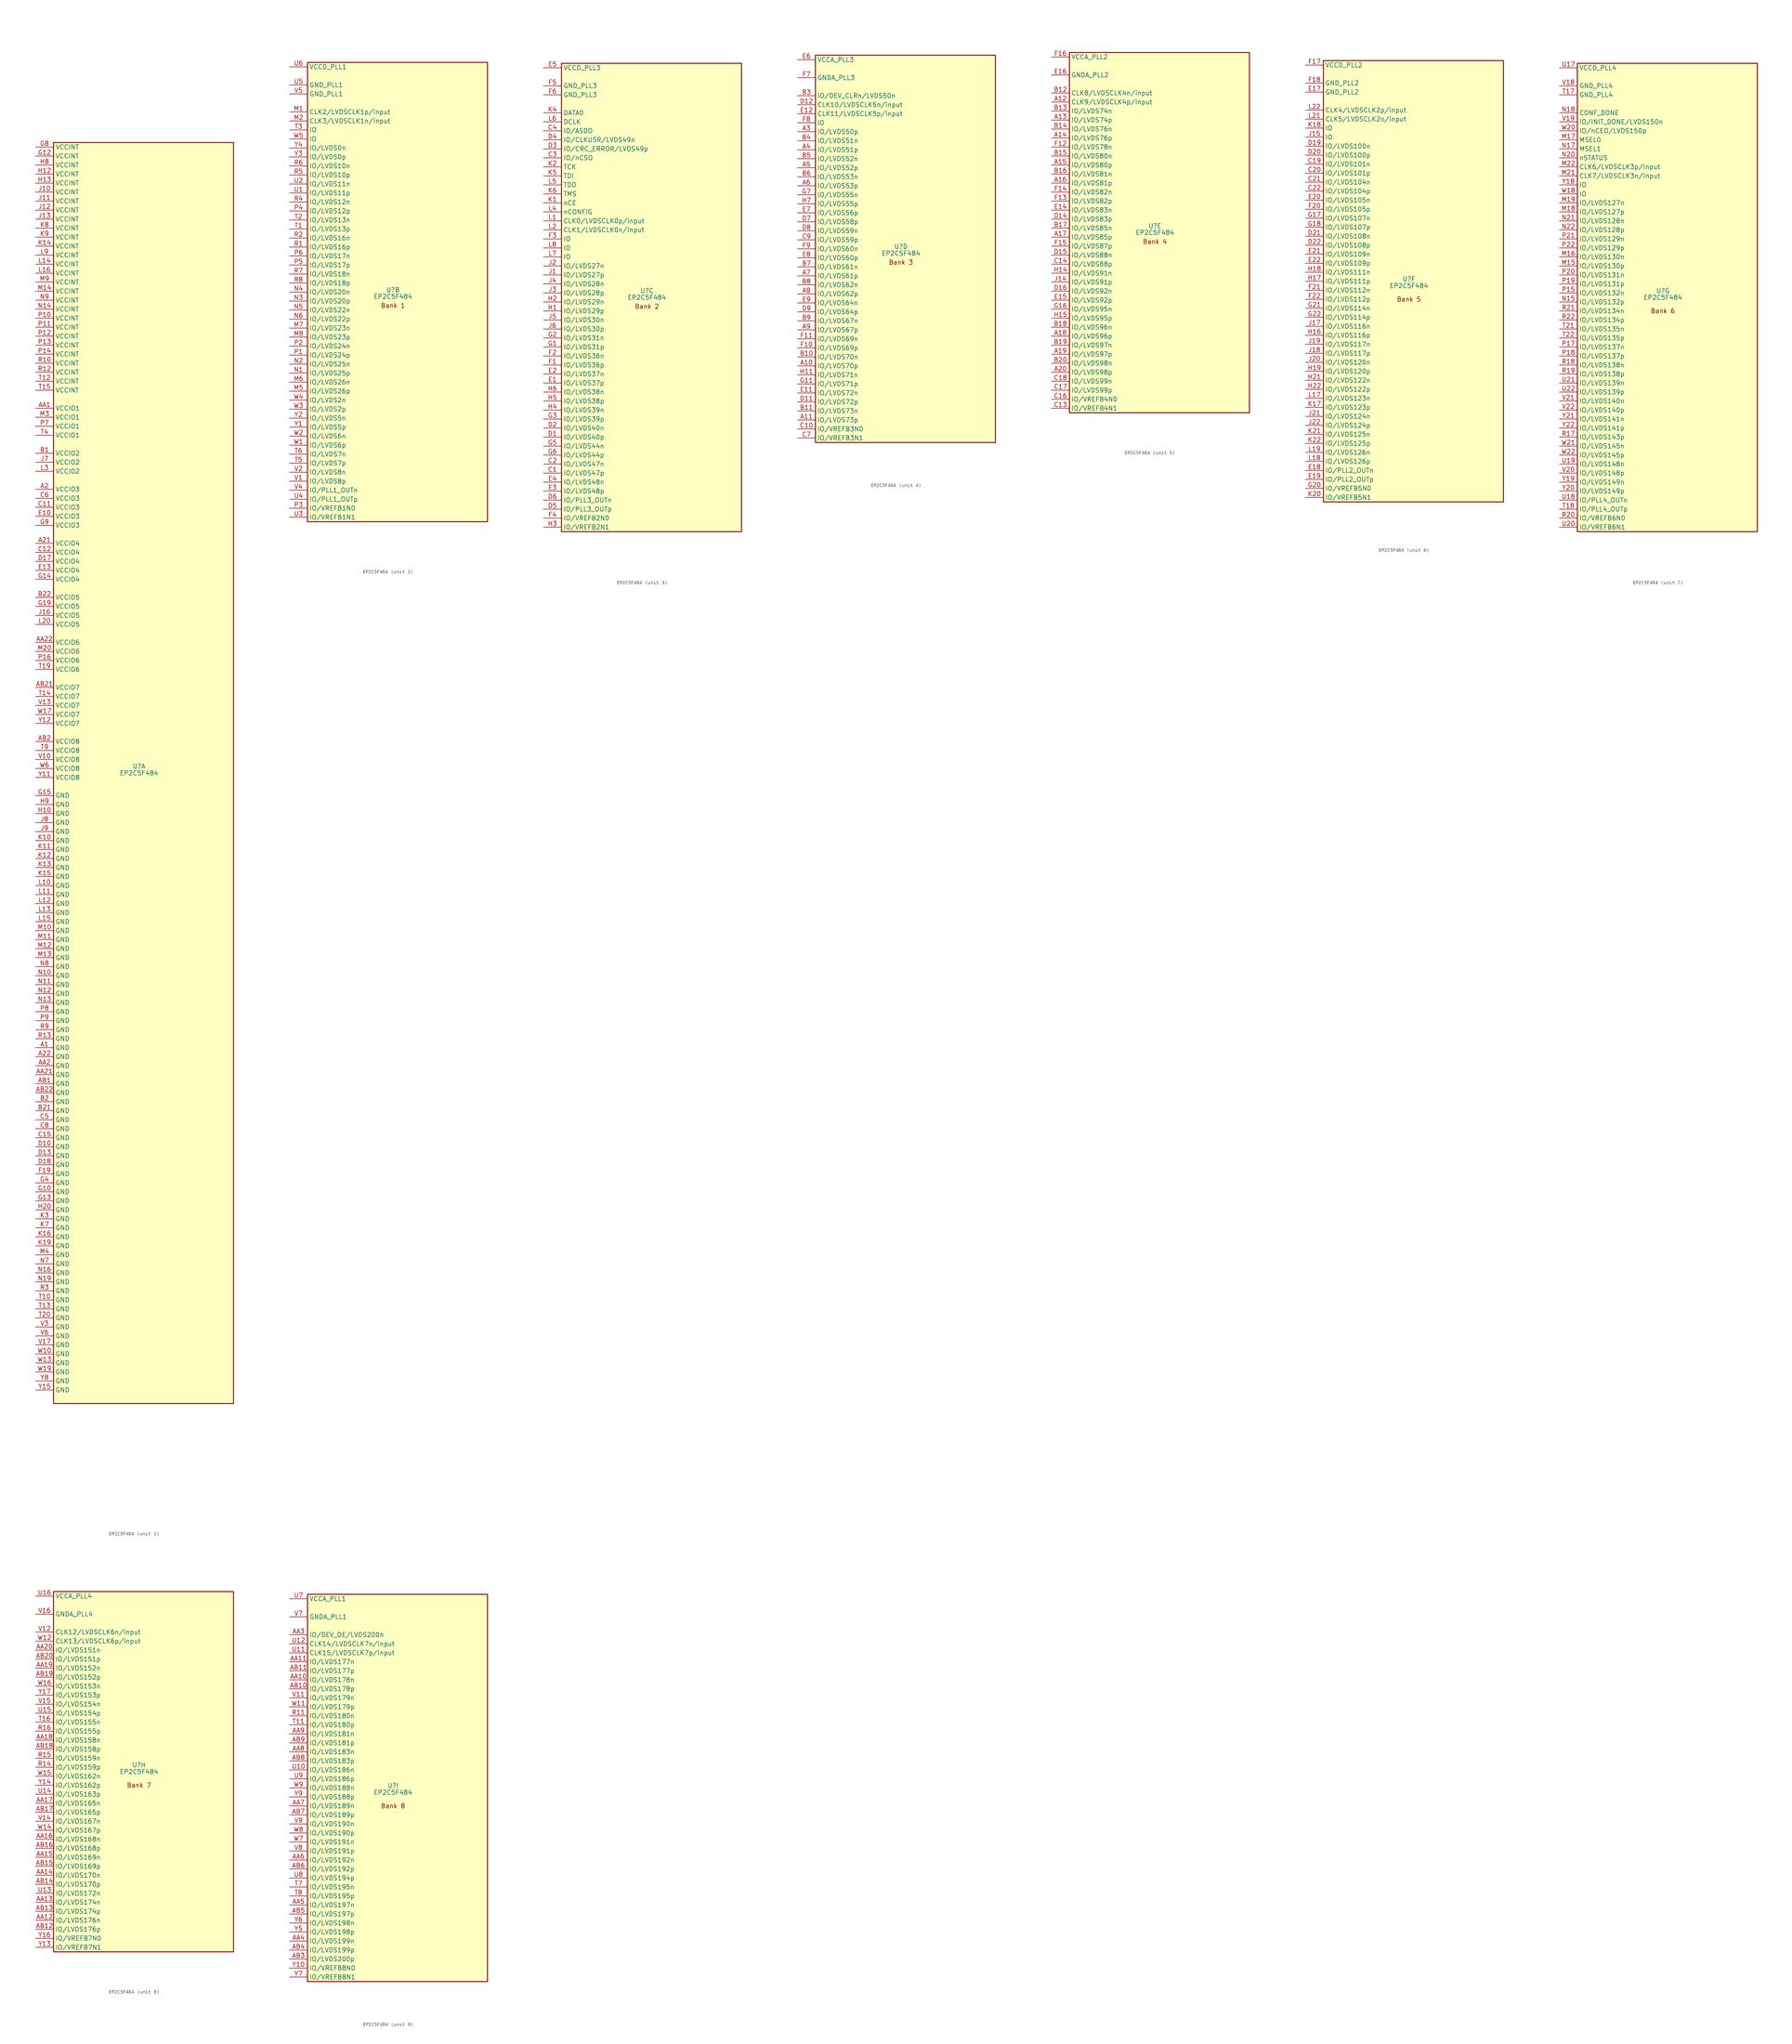
<source format=kicad_sym>
(kicad_symbol_lib
  (version 20241209)
  (generator "kicad_symbol_editor")
  (generator_version "9.0")
  (symbol "EP2C5F484"
    (property "Reference" "U"
      (at -1.27 0.635 0)
      (effects (font (size 1.27 1.27))))
    (property "Value" "EP2C5F484"
      (at -1.27 -1.27 0)
      (effects (font (size 1.27 1.27))))
    (property "ki_locked" ""
      (at 0 0 0)
      (effects (font (size 1.27 1.27))))
    (symbol "EP2C5F484_1_1"
      (rectangle (start -25.4 176.53) (end 25.4 -179.07) (stroke (width 0.254) (type default)) (fill (type background)))
      (pin power_in line (at -30.48 175.26 0) (length 5.08) (name "VCCINT" (effects (font (size 1.27 1.27)))) (number "G8" (effects (font (size 1.27 1.27)))))
      (pin power_in line (at -30.48 172.72 0) (length 5.08) (name "VCCINT" (effects (font (size 1.27 1.27)))) (number "G12" (effects (font (size 1.27 1.27)))))
      (pin power_in line (at -30.48 170.18 0) (length 5.08) (name "VCCINT" (effects (font (size 1.27 1.27)))) (number "H8" (effects (font (size 1.27 1.27)))))
      (pin power_in line (at -30.48 167.64 0) (length 5.08) (name "VCCINT" (effects (font (size 1.27 1.27)))) (number "H12" (effects (font (size 1.27 1.27)))))
      (pin power_in line (at -30.48 165.1 0) (length 5.08) (name "VCCINT" (effects (font (size 1.27 1.27)))) (number "H13" (effects (font (size 1.27 1.27)))))
      (pin power_in line (at -30.48 162.56 0) (length 5.08) (name "VCCINT" (effects (font (size 1.27 1.27)))) (number "J10" (effects (font (size 1.27 1.27)))))
      (pin power_in line (at -30.48 160.02 0) (length 5.08) (name "VCCINT" (effects (font (size 1.27 1.27)))) (number "J11" (effects (font (size 1.27 1.27)))))
      (pin power_in line (at -30.48 157.48 0) (length 5.08) (name "VCCINT" (effects (font (size 1.27 1.27)))) (number "J12" (effects (font (size 1.27 1.27)))))
      (pin power_in line (at -30.48 154.94 0) (length 5.08) (name "VCCINT" (effects (font (size 1.27 1.27)))) (number "J13" (effects (font (size 1.27 1.27)))))
      (pin power_in line (at -30.48 152.4 0) (length 5.08) (name "VCCINT" (effects (font (size 1.27 1.27)))) (number "K8" (effects (font (size 1.27 1.27)))))
      (pin power_in line (at -30.48 149.86 0) (length 5.08) (name "VCCINT" (effects (font (size 1.27 1.27)))) (number "K9" (effects (font (size 1.27 1.27)))))
      (pin power_in line (at -30.48 147.32 0) (length 5.08) (name "VCCINT" (effects (font (size 1.27 1.27)))) (number "K14" (effects (font (size 1.27 1.27)))))
      (pin power_in line (at -30.48 144.78 0) (length 5.08) (name "VCCINT" (effects (font (size 1.27 1.27)))) (number "L9" (effects (font (size 1.27 1.27)))))
      (pin power_in line (at -30.48 142.24 0) (length 5.08) (name "VCCINT" (effects (font (size 1.27 1.27)))) (number "L14" (effects (font (size 1.27 1.27)))))
      (pin power_in line (at -30.48 139.7 0) (length 5.08) (name "VCCINT" (effects (font (size 1.27 1.27)))) (number "L16" (effects (font (size 1.27 1.27)))))
      (pin power_in line (at -30.48 137.16 0) (length 5.08) (name "VCCINT" (effects (font (size 1.27 1.27)))) (number "M9" (effects (font (size 1.27 1.27)))))
      (pin power_in line (at -30.48 134.62 0) (length 5.08) (name "VCCINT" (effects (font (size 1.27 1.27)))) (number "M14" (effects (font (size 1.27 1.27)))))
      (pin power_in line (at -30.48 132.08 0) (length 5.08) (name "VCCINT" (effects (font (size 1.27 1.27)))) (number "N9" (effects (font (size 1.27 1.27)))))
      (pin power_in line (at -30.48 129.54 0) (length 5.08) (name "VCCINT" (effects (font (size 1.27 1.27)))) (number "N14" (effects (font (size 1.27 1.27)))))
      (pin power_in line (at -30.48 127 0) (length 5.08) (name "VCCINT" (effects (font (size 1.27 1.27)))) (number "P10" (effects (font (size 1.27 1.27)))))
      (pin power_in line (at -30.48 124.46 0) (length 5.08) (name "VCCINT" (effects (font (size 1.27 1.27)))) (number "P11" (effects (font (size 1.27 1.27)))))
      (pin power_in line (at -30.48 121.92 0) (length 5.08) (name "VCCINT" (effects (font (size 1.27 1.27)))) (number "P12" (effects (font (size 1.27 1.27)))))
      (pin power_in line (at -30.48 119.38 0) (length 5.08) (name "VCCINT" (effects (font (size 1.27 1.27)))) (number "P13" (effects (font (size 1.27 1.27)))))
      (pin power_in line (at -30.48 116.84 0) (length 5.08) (name "VCCINT" (effects (font (size 1.27 1.27)))) (number "P14" (effects (font (size 1.27 1.27)))))
      (pin power_in line (at -30.48 114.3 0) (length 5.08) (name "VCCINT" (effects (font (size 1.27 1.27)))) (number "R10" (effects (font (size 1.27 1.27)))))
      (pin power_in line (at -30.48 111.76 0) (length 5.08) (name "VCCINT" (effects (font (size 1.27 1.27)))) (number "R12" (effects (font (size 1.27 1.27)))))
      (pin power_in line (at -30.48 109.22 0) (length 5.08) (name "VCCINT" (effects (font (size 1.27 1.27)))) (number "T12" (effects (font (size 1.27 1.27)))))
      (pin power_in line (at -30.48 106.68 0) (length 5.08) (name "VCCINT" (effects (font (size 1.27 1.27)))) (number "T15" (effects (font (size 1.27 1.27)))))
      (pin power_in line (at -30.48 101.6 0) (length 5.08) (name "VCCIO1" (effects (font (size 1.27 1.27)))) (number "AA1" (effects (font (size 1.27 1.27)))))
      (pin power_in line (at -30.48 99.06 0) (length 5.08) (name "VCCIO1" (effects (font (size 1.27 1.27)))) (number "M3" (effects (font (size 1.27 1.27)))))
      (pin power_in line (at -30.48 96.52 0) (length 5.08) (name "VCCIO1" (effects (font (size 1.27 1.27)))) (number "P7" (effects (font (size 1.27 1.27)))))
      (pin power_in line (at -30.48 93.98 0) (length 5.08) (name "VCCIO1" (effects (font (size 1.27 1.27)))) (number "T4" (effects (font (size 1.27 1.27)))))
      (pin power_in line (at -30.48 88.9 0) (length 5.08) (name "VCCIO2" (effects (font (size 1.27 1.27)))) (number "B1" (effects (font (size 1.27 1.27)))))
      (pin power_in line (at -30.48 86.36 0) (length 5.08) (name "VCCIO2" (effects (font (size 1.27 1.27)))) (number "J7" (effects (font (size 1.27 1.27)))))
      (pin power_in line (at -30.48 83.82 0) (length 5.08) (name "VCCIO2" (effects (font (size 1.27 1.27)))) (number "L3" (effects (font (size 1.27 1.27)))))
      (pin power_in line (at -30.48 78.74 0) (length 5.08) (name "VCCIO3" (effects (font (size 1.27 1.27)))) (number "A2" (effects (font (size 1.27 1.27)))))
      (pin power_in line (at -30.48 76.2 0) (length 5.08) (name "VCCIO3" (effects (font (size 1.27 1.27)))) (number "C6" (effects (font (size 1.27 1.27)))))
      (pin power_in line (at -30.48 73.66 0) (length 5.08) (name "VCCIO3" (effects (font (size 1.27 1.27)))) (number "C11" (effects (font (size 1.27 1.27)))))
      (pin power_in line (at -30.48 71.12 0) (length 5.08) (name "VCCIO3" (effects (font (size 1.27 1.27)))) (number "E10" (effects (font (size 1.27 1.27)))))
      (pin power_in line (at -30.48 68.58 0) (length 5.08) (name "VCCIO3" (effects (font (size 1.27 1.27)))) (number "G9" (effects (font (size 1.27 1.27)))))
      (pin power_in line (at -30.48 63.5 0) (length 5.08) (name "VCCIO4" (effects (font (size 1.27 1.27)))) (number "A21" (effects (font (size 1.27 1.27)))))
      (pin power_in line (at -30.48 60.96 0) (length 5.08) (name "VCCIO4" (effects (font (size 1.27 1.27)))) (number "C12" (effects (font (size 1.27 1.27)))))
      (pin power_in line (at -30.48 58.42 0) (length 5.08) (name "VCCIO4" (effects (font (size 1.27 1.27)))) (number "D17" (effects (font (size 1.27 1.27)))))
      (pin power_in line (at -30.48 55.88 0) (length 5.08) (name "VCCIO4" (effects (font (size 1.27 1.27)))) (number "E13" (effects (font (size 1.27 1.27)))))
      (pin power_in line (at -30.48 53.34 0) (length 5.08) (name "VCCIO4" (effects (font (size 1.27 1.27)))) (number "G14" (effects (font (size 1.27 1.27)))))
      (pin power_in line (at -30.48 48.26 0) (length 5.08) (name "VCCIO5" (effects (font (size 1.27 1.27)))) (number "B22" (effects (font (size 1.27 1.27)))))
      (pin power_in line (at -30.48 45.72 0) (length 5.08) (name "VCCIO5" (effects (font (size 1.27 1.27)))) (number "G19" (effects (font (size 1.27 1.27)))))
      (pin power_in line (at -30.48 43.18 0) (length 5.08) (name "VCCIO5" (effects (font (size 1.27 1.27)))) (number "J16" (effects (font (size 1.27 1.27)))))
      (pin power_in line (at -30.48 40.64 0) (length 5.08) (name "VCCIO5" (effects (font (size 1.27 1.27)))) (number "L20" (effects (font (size 1.27 1.27)))))
      (pin power_in line (at -30.48 35.56 0) (length 5.08) (name "VCCIO6" (effects (font (size 1.27 1.27)))) (number "AA22" (effects (font (size 1.27 1.27)))))
      (pin power_in line (at -30.48 33.02 0) (length 5.08) (name "VCCIO6" (effects (font (size 1.27 1.27)))) (number "M20" (effects (font (size 1.27 1.27)))))
      (pin power_in line (at -30.48 30.48 0) (length 5.08) (name "VCCIO6" (effects (font (size 1.27 1.27)))) (number "P16" (effects (font (size 1.27 1.27)))))
      (pin power_in line (at -30.48 27.94 0) (length 5.08) (name "VCCIO6" (effects (font (size 1.27 1.27)))) (number "T19" (effects (font (size 1.27 1.27)))))
      (pin power_in line (at -30.48 22.86 0) (length 5.08) (name "VCCIO7" (effects (font (size 1.27 1.27)))) (number "AB21" (effects (font (size 1.27 1.27)))))
      (pin power_in line (at -30.48 20.32 0) (length 5.08) (name "VCCIO7" (effects (font (size 1.27 1.27)))) (number "T14" (effects (font (size 1.27 1.27)))))
      (pin power_in line (at -30.48 17.78 0) (length 5.08) (name "VCCIO7" (effects (font (size 1.27 1.27)))) (number "V13" (effects (font (size 1.27 1.27)))))
      (pin power_in line (at -30.48 15.24 0) (length 5.08) (name "VCCIO7" (effects (font (size 1.27 1.27)))) (number "W17" (effects (font (size 1.27 1.27)))))
      (pin power_in line (at -30.48 12.7 0) (length 5.08) (name "VCCIO7" (effects (font (size 1.27 1.27)))) (number "Y12" (effects (font (size 1.27 1.27)))))
      (pin power_in line (at -30.48 7.62 0) (length 5.08) (name "VCCIO8" (effects (font (size 1.27 1.27)))) (number "AB2" (effects (font (size 1.27 1.27)))))
      (pin power_in line (at -30.48 5.08 0) (length 5.08) (name "VCCIO8" (effects (font (size 1.27 1.27)))) (number "T9" (effects (font (size 1.27 1.27)))))
      (pin power_in line (at -30.48 2.54 0) (length 5.08) (name "VCCIO8" (effects (font (size 1.27 1.27)))) (number "V10" (effects (font (size 1.27 1.27)))))
      (pin power_in line (at -30.48 0 0) (length 5.08) (name "VCCIO8" (effects (font (size 1.27 1.27)))) (number "W6" (effects (font (size 1.27 1.27)))))
      (pin power_in line (at -30.48 -2.54 0) (length 5.08) (name "VCCIO8" (effects (font (size 1.27 1.27)))) (number "Y11" (effects (font (size 1.27 1.27)))))
      (pin power_in line (at -30.48 -7.62 0) (length 5.08) (name "GND" (effects (font (size 1.27 1.27)))) (number "G15" (effects (font (size 1.27 1.27)))))
      (pin power_in line (at -30.48 -10.16 0) (length 5.08) (name "GND" (effects (font (size 1.27 1.27)))) (number "H9" (effects (font (size 1.27 1.27)))))
      (pin power_in line (at -30.48 -12.7 0) (length 5.08) (name "GND" (effects (font (size 1.27 1.27)))) (number "H10" (effects (font (size 1.27 1.27)))))
      (pin power_in line (at -30.48 -15.24 0) (length 5.08) (name "GND" (effects (font (size 1.27 1.27)))) (number "J8" (effects (font (size 1.27 1.27)))))
      (pin power_in line (at -30.48 -17.78 0) (length 5.08) (name "GND" (effects (font (size 1.27 1.27)))) (number "J9" (effects (font (size 1.27 1.27)))))
      (pin power_in line (at -30.48 -20.32 0) (length 5.08) (name "GND" (effects (font (size 1.27 1.27)))) (number "K10" (effects (font (size 1.27 1.27)))))
      (pin power_in line (at -30.48 -22.86 0) (length 5.08) (name "GND" (effects (font (size 1.27 1.27)))) (number "K11" (effects (font (size 1.27 1.27)))))
      (pin power_in line (at -30.48 -25.4 0) (length 5.08) (name "GND" (effects (font (size 1.27 1.27)))) (number "K12" (effects (font (size 1.27 1.27)))))
      (pin power_in line (at -30.48 -27.94 0) (length 5.08) (name "GND" (effects (font (size 1.27 1.27)))) (number "K13" (effects (font (size 1.27 1.27)))))
      (pin power_in line (at -30.48 -30.48 0) (length 5.08) (name "GND" (effects (font (size 1.27 1.27)))) (number "K15" (effects (font (size 1.27 1.27)))))
      (pin power_in line (at -30.48 -33.02 0) (length 5.08) (name "GND" (effects (font (size 1.27 1.27)))) (number "L10" (effects (font (size 1.27 1.27)))))
      (pin power_in line (at -30.48 -35.56 0) (length 5.08) (name "GND" (effects (font (size 1.27 1.27)))) (number "L11" (effects (font (size 1.27 1.27)))))
      (pin power_in line (at -30.48 -38.1 0) (length 5.08) (name "GND" (effects (font (size 1.27 1.27)))) (number "L12" (effects (font (size 1.27 1.27)))))
      (pin power_in line (at -30.48 -40.64 0) (length 5.08) (name "GND" (effects (font (size 1.27 1.27)))) (number "L13" (effects (font (size 1.27 1.27)))))
      (pin power_in line (at -30.48 -43.18 0) (length 5.08) (name "GND" (effects (font (size 1.27 1.27)))) (number "L15" (effects (font (size 1.27 1.27)))))
      (pin power_in line (at -30.48 -45.72 0) (length 5.08) (name "GND" (effects (font (size 1.27 1.27)))) (number "M10" (effects (font (size 1.27 1.27)))))
      (pin power_in line (at -30.48 -48.26 0) (length 5.08) (name "GND" (effects (font (size 1.27 1.27)))) (number "M11" (effects (font (size 1.27 1.27)))))
      (pin power_in line (at -30.48 -50.8 0) (length 5.08) (name "GND" (effects (font (size 1.27 1.27)))) (number "M12" (effects (font (size 1.27 1.27)))))
      (pin power_in line (at -30.48 -53.34 0) (length 5.08) (name "GND" (effects (font (size 1.27 1.27)))) (number "M13" (effects (font (size 1.27 1.27)))))
      (pin power_in line (at -30.48 -55.88 0) (length 5.08) (name "GND" (effects (font (size 1.27 1.27)))) (number "N8" (effects (font (size 1.27 1.27)))))
      (pin power_in line (at -30.48 -58.42 0) (length 5.08) (name "GND" (effects (font (size 1.27 1.27)))) (number "N10" (effects (font (size 1.27 1.27)))))
      (pin power_in line (at -30.48 -60.96 0) (length 5.08) (name "GND" (effects (font (size 1.27 1.27)))) (number "N11" (effects (font (size 1.27 1.27)))))
      (pin power_in line (at -30.48 -63.5 0) (length 5.08) (name "GND" (effects (font (size 1.27 1.27)))) (number "N12" (effects (font (size 1.27 1.27)))))
      (pin power_in line (at -30.48 -66.04 0) (length 5.08) (name "GND" (effects (font (size 1.27 1.27)))) (number "N13" (effects (font (size 1.27 1.27)))))
      (pin power_in line (at -30.48 -68.58 0) (length 5.08) (name "GND" (effects (font (size 1.27 1.27)))) (number "P8" (effects (font (size 1.27 1.27)))))
      (pin power_in line (at -30.48 -71.12 0) (length 5.08) (name "GND" (effects (font (size 1.27 1.27)))) (number "P9" (effects (font (size 1.27 1.27)))))
      (pin power_in line (at -30.48 -73.66 0) (length 5.08) (name "GND" (effects (font (size 1.27 1.27)))) (number "R9" (effects (font (size 1.27 1.27)))))
      (pin power_in line (at -30.48 -76.2 0) (length 5.08) (name "GND" (effects (font (size 1.27 1.27)))) (number "R13" (effects (font (size 1.27 1.27)))))
      (pin power_in line (at -30.48 -78.74 0) (length 5.08) (name "GND" (effects (font (size 1.27 1.27)))) (number "A1" (effects (font (size 1.27 1.27)))))
      (pin power_in line (at -30.48 -81.28 0) (length 5.08) (name "GND" (effects (font (size 1.27 1.27)))) (number "A22" (effects (font (size 1.27 1.27)))))
      (pin power_in line (at -30.48 -83.82 0) (length 5.08) (name "GND" (effects (font (size 1.27 1.27)))) (number "AA2" (effects (font (size 1.27 1.27)))))
      (pin power_in line (at -30.48 -86.36 0) (length 5.08) (name "GND" (effects (font (size 1.27 1.27)))) (number "AA21" (effects (font (size 1.27 1.27)))))
      (pin power_in line (at -30.48 -88.9 0) (length 5.08) (name "GND" (effects (font (size 1.27 1.27)))) (number "AB1" (effects (font (size 1.27 1.27)))))
      (pin power_in line (at -30.48 -91.44 0) (length 5.08) (name "GND" (effects (font (size 1.27 1.27)))) (number "AB22" (effects (font (size 1.27 1.27)))))
      (pin power_in line (at -30.48 -93.98 0) (length 5.08) (name "GND" (effects (font (size 1.27 1.27)))) (number "B2" (effects (font (size 1.27 1.27)))))
      (pin power_in line (at -30.48 -96.52 0) (length 5.08) (name "GND" (effects (font (size 1.27 1.27)))) (number "B21" (effects (font (size 1.27 1.27)))))
      (pin power_in line (at -30.48 -99.06 0) (length 5.08) (name "GND" (effects (font (size 1.27 1.27)))) (number "C5" (effects (font (size 1.27 1.27)))))
      (pin power_in line (at -30.48 -101.6 0) (length 5.08) (name "GND" (effects (font (size 1.27 1.27)))) (number "C8" (effects (font (size 1.27 1.27)))))
      (pin power_in line (at -30.48 -104.14 0) (length 5.08) (name "GND" (effects (font (size 1.27 1.27)))) (number "C15" (effects (font (size 1.27 1.27)))))
      (pin power_in line (at -30.48 -106.68 0) (length 5.08) (name "GND" (effects (font (size 1.27 1.27)))) (number "D10" (effects (font (size 1.27 1.27)))))
      (pin power_in line (at -30.48 -109.22 0) (length 5.08) (name "GND" (effects (font (size 1.27 1.27)))) (number "D13" (effects (font (size 1.27 1.27)))))
      (pin power_in line (at -30.48 -111.76 0) (length 5.08) (name "GND" (effects (font (size 1.27 1.27)))) (number "D18" (effects (font (size 1.27 1.27)))))
      (pin power_in line (at -30.48 -114.3 0) (length 5.08) (name "GND" (effects (font (size 1.27 1.27)))) (number "F19" (effects (font (size 1.27 1.27)))))
      (pin power_in line (at -30.48 -116.84 0) (length 5.08) (name "GND" (effects (font (size 1.27 1.27)))) (number "G4" (effects (font (size 1.27 1.27)))))
      (pin power_in line (at -30.48 -119.38 0) (length 5.08) (name "GND" (effects (font (size 1.27 1.27)))) (number "G10" (effects (font (size 1.27 1.27)))))
      (pin power_in line (at -30.48 -121.92 0) (length 5.08) (name "GND" (effects (font (size 1.27 1.27)))) (number "G13" (effects (font (size 1.27 1.27)))))
      (pin power_in line (at -30.48 -124.46 0) (length 5.08) (name "GND" (effects (font (size 1.27 1.27)))) (number "H20" (effects (font (size 1.27 1.27)))))
      (pin power_in line (at -30.48 -127 0) (length 5.08) (name "GND" (effects (font (size 1.27 1.27)))) (number "K3" (effects (font (size 1.27 1.27)))))
      (pin power_in line (at -30.48 -129.54 0) (length 5.08) (name "GND" (effects (font (size 1.27 1.27)))) (number "K7" (effects (font (size 1.27 1.27)))))
      (pin power_in line (at -30.48 -132.08 0) (length 5.08) (name "GND" (effects (font (size 1.27 1.27)))) (number "K16" (effects (font (size 1.27 1.27)))))
      (pin power_in line (at -30.48 -134.62 0) (length 5.08) (name "GND" (effects (font (size 1.27 1.27)))) (number "K19" (effects (font (size 1.27 1.27)))))
      (pin power_in line (at -30.48 -137.16 0) (length 5.08) (name "GND" (effects (font (size 1.27 1.27)))) (number "M4" (effects (font (size 1.27 1.27)))))
      (pin power_in line (at -30.48 -139.7 0) (length 5.08) (name "GND" (effects (font (size 1.27 1.27)))) (number "N7" (effects (font (size 1.27 1.27)))))
      (pin power_in line (at -30.48 -142.24 0) (length 5.08) (name "GND" (effects (font (size 1.27 1.27)))) (number "N16" (effects (font (size 1.27 1.27)))))
      (pin power_in line (at -30.48 -144.78 0) (length 5.08) (name "GND" (effects (font (size 1.27 1.27)))) (number "N19" (effects (font (size 1.27 1.27)))))
      (pin power_in line (at -30.48 -147.32 0) (length 5.08) (name "GND" (effects (font (size 1.27 1.27)))) (number "R3" (effects (font (size 1.27 1.27)))))
      (pin power_in line (at -30.48 -149.86 0) (length 5.08) (name "GND" (effects (font (size 1.27 1.27)))) (number "T10" (effects (font (size 1.27 1.27)))))
      (pin power_in line (at -30.48 -152.4 0) (length 5.08) (name "GND" (effects (font (size 1.27 1.27)))) (number "T13" (effects (font (size 1.27 1.27)))))
      (pin power_in line (at -30.48 -154.94 0) (length 5.08) (name "GND" (effects (font (size 1.27 1.27)))) (number "T20" (effects (font (size 1.27 1.27)))))
      (pin power_in line (at -30.48 -157.48 0) (length 5.08) (name "GND" (effects (font (size 1.27 1.27)))) (number "V3" (effects (font (size 1.27 1.27)))))
      (pin power_in line (at -30.48 -160.02 0) (length 5.08) (name "GND" (effects (font (size 1.27 1.27)))) (number "V6" (effects (font (size 1.27 1.27)))))
      (pin power_in line (at -30.48 -162.56 0) (length 5.08) (name "GND" (effects (font (size 1.27 1.27)))) (number "V17" (effects (font (size 1.27 1.27)))))
      (pin power_in line (at -30.48 -165.1 0) (length 5.08) (name "GND" (effects (font (size 1.27 1.27)))) (number "W10" (effects (font (size 1.27 1.27)))))
      (pin power_in line (at -30.48 -167.64 0) (length 5.08) (name "GND" (effects (font (size 1.27 1.27)))) (number "W13" (effects (font (size 1.27 1.27)))))
      (pin power_in line (at -30.48 -170.18 0) (length 5.08) (name "GND" (effects (font (size 1.27 1.27)))) (number "W19" (effects (font (size 1.27 1.27)))))
      (pin power_in line (at -30.48 -172.72 0) (length 5.08) (name "GND" (effects (font (size 1.27 1.27)))) (number "Y8" (effects (font (size 1.27 1.27)))))
      (pin power_in line (at -30.48 -175.26 0) (length 5.08) (name "GND" (effects (font (size 1.27 1.27)))) (number "Y15" (effects (font (size 1.27 1.27))))))
    (symbol "EP2C5F484_2_1"
      (rectangle (start -25.4 64.77) (end 25.4 -64.77) (stroke (width 0.254) (type default)) (fill (type background)))
      (text "Bank 1" (at -1.27 -3.81 0) (effects (font (size 1.27 1.27))))
      (pin power_in line (at -30.48 63.5 0) (length 5.08) (name "VCCD_PLL1" (effects (font (size 1.27 1.27)))) (number "U6" (effects (font (size 1.27 1.27)))))
      (pin power_in line (at -30.48 58.42 0) (length 5.08) (name "GND_PLL1" (effects (font (size 1.27 1.27)))) (number "U5" (effects (font (size 1.27 1.27)))))
      (pin power_in line (at -30.48 55.88 0) (length 5.08) (name "GND_PLL1" (effects (font (size 1.27 1.27)))) (number "V5" (effects (font (size 1.27 1.27)))))
      (pin bidirectional line (at -30.48 50.8 0) (length 5.08) (name "CLK2/LVDSCLK1p/input" (effects (font (size 1.27 1.27)))) (number "M1" (effects (font (size 1.27 1.27)))))
      (pin bidirectional line (at -30.48 48.26 0) (length 5.08) (name "CLK3/LVDSCLK1n/input" (effects (font (size 1.27 1.27)))) (number "M2" (effects (font (size 1.27 1.27)))))
      (pin bidirectional line (at -30.48 45.72 0) (length 5.08) (name "IO" (effects (font (size 1.27 1.27)))) (number "T3" (effects (font (size 1.27 1.27)))))
      (pin bidirectional line (at -30.48 43.18 0) (length 5.08) (name "IO" (effects (font (size 1.27 1.27)))) (number "W5" (effects (font (size 1.27 1.27)))))
      (pin bidirectional line (at -30.48 40.64 0) (length 5.08) (name "IO/LVDS0n" (effects (font (size 1.27 1.27)))) (number "Y4" (effects (font (size 1.27 1.27)))))
      (pin bidirectional line (at -30.48 38.1 0) (length 5.08) (name "IO/LVDS0p" (effects (font (size 1.27 1.27)))) (number "Y3" (effects (font (size 1.27 1.27)))))
      (pin bidirectional line (at -30.48 35.56 0) (length 5.08) (name "IO/LVDS10n" (effects (font (size 1.27 1.27)))) (number "R6" (effects (font (size 1.27 1.27)))))
      (pin bidirectional line (at -30.48 33.02 0) (length 5.08) (name "IO/LVDS10p" (effects (font (size 1.27 1.27)))) (number "R5" (effects (font (size 1.27 1.27)))))
      (pin bidirectional line (at -30.48 30.48 0) (length 5.08) (name "IO/LVDS11n" (effects (font (size 1.27 1.27)))) (number "U2" (effects (font (size 1.27 1.27)))))
      (pin bidirectional line (at -30.48 27.94 0) (length 5.08) (name "IO/LVDS11p" (effects (font (size 1.27 1.27)))) (number "U1" (effects (font (size 1.27 1.27)))))
      (pin bidirectional line (at -30.48 25.4 0) (length 5.08) (name "IO/LVDS12n" (effects (font (size 1.27 1.27)))) (number "R4" (effects (font (size 1.27 1.27)))))
      (pin bidirectional line (at -30.48 22.86 0) (length 5.08) (name "IO/LVDS12p" (effects (font (size 1.27 1.27)))) (number "P4" (effects (font (size 1.27 1.27)))))
      (pin bidirectional line (at -30.48 20.32 0) (length 5.08) (name "IO/LVDS13n" (effects (font (size 1.27 1.27)))) (number "T2" (effects (font (size 1.27 1.27)))))
      (pin bidirectional line (at -30.48 17.78 0) (length 5.08) (name "IO/LVDS13p" (effects (font (size 1.27 1.27)))) (number "T1" (effects (font (size 1.27 1.27)))))
      (pin bidirectional line (at -30.48 15.24 0) (length 5.08) (name "IO/LVDS16n" (effects (font (size 1.27 1.27)))) (number "R2" (effects (font (size 1.27 1.27)))))
      (pin bidirectional line (at -30.48 12.7 0) (length 5.08) (name "IO/LVDS16p" (effects (font (size 1.27 1.27)))) (number "R1" (effects (font (size 1.27 1.27)))))
      (pin bidirectional line (at -30.48 10.16 0) (length 5.08) (name "IO/LVDS17n" (effects (font (size 1.27 1.27)))) (number "P6" (effects (font (size 1.27 1.27)))))
      (pin bidirectional line (at -30.48 7.62 0) (length 5.08) (name "IO/LVDS17p" (effects (font (size 1.27 1.27)))) (number "P5" (effects (font (size 1.27 1.27)))))
      (pin bidirectional line (at -30.48 5.08 0) (length 5.08) (name "IO/LVDS18n" (effects (font (size 1.27 1.27)))) (number "R7" (effects (font (size 1.27 1.27)))))
      (pin bidirectional line (at -30.48 2.54 0) (length 5.08) (name "IO/LVDS18p" (effects (font (size 1.27 1.27)))) (number "R8" (effects (font (size 1.27 1.27)))))
      (pin bidirectional line (at -30.48 0 0) (length 5.08) (name "IO/LVDS20n" (effects (font (size 1.27 1.27)))) (number "N4" (effects (font (size 1.27 1.27)))))
      (pin bidirectional line (at -30.48 -2.54 0) (length 5.08) (name "IO/LVDS20p" (effects (font (size 1.27 1.27)))) (number "N3" (effects (font (size 1.27 1.27)))))
      (pin bidirectional line (at -30.48 -5.08 0) (length 5.08) (name "IO/LVDS22n" (effects (font (size 1.27 1.27)))) (number "N5" (effects (font (size 1.27 1.27)))))
      (pin bidirectional line (at -30.48 -7.62 0) (length 5.08) (name "IO/LVDS22p" (effects (font (size 1.27 1.27)))) (number "N6" (effects (font (size 1.27 1.27)))))
      (pin bidirectional line (at -30.48 -10.16 0) (length 5.08) (name "IO/LVDS23n" (effects (font (size 1.27 1.27)))) (number "M7" (effects (font (size 1.27 1.27)))))
      (pin bidirectional line (at -30.48 -12.7 0) (length 5.08) (name "IO/LVDS23p" (effects (font (size 1.27 1.27)))) (number "M8" (effects (font (size 1.27 1.27)))))
      (pin bidirectional line (at -30.48 -15.24 0) (length 5.08) (name "IO/LVDS24n" (effects (font (size 1.27 1.27)))) (number "P2" (effects (font (size 1.27 1.27)))))
      (pin bidirectional line (at -30.48 -17.78 0) (length 5.08) (name "IO/LVDS24p" (effects (font (size 1.27 1.27)))) (number "P1" (effects (font (size 1.27 1.27)))))
      (pin bidirectional line (at -30.48 -20.32 0) (length 5.08) (name "IO/LVDS25n" (effects (font (size 1.27 1.27)))) (number "N2" (effects (font (size 1.27 1.27)))))
      (pin bidirectional line (at -30.48 -22.86 0) (length 5.08) (name "IO/LVDS25p" (effects (font (size 1.27 1.27)))) (number "N1" (effects (font (size 1.27 1.27)))))
      (pin bidirectional line (at -30.48 -25.4 0) (length 5.08) (name "IO/LVDS26n" (effects (font (size 1.27 1.27)))) (number "M6" (effects (font (size 1.27 1.27)))))
      (pin bidirectional line (at -30.48 -27.94 0) (length 5.08) (name "IO/LVDS26p" (effects (font (size 1.27 1.27)))) (number "M5" (effects (font (size 1.27 1.27)))))
      (pin bidirectional line (at -30.48 -30.48 0) (length 5.08) (name "IO/LVDS2n" (effects (font (size 1.27 1.27)))) (number "W4" (effects (font (size 1.27 1.27)))))
      (pin bidirectional line (at -30.48 -33.02 0) (length 5.08) (name "IO/LVDS2p" (effects (font (size 1.27 1.27)))) (number "W3" (effects (font (size 1.27 1.27)))))
      (pin bidirectional line (at -30.48 -35.56 0) (length 5.08) (name "IO/LVDS5n" (effects (font (size 1.27 1.27)))) (number "Y2" (effects (font (size 1.27 1.27)))))
      (pin bidirectional line (at -30.48 -38.1 0) (length 5.08) (name "IO/LVDS5p" (effects (font (size 1.27 1.27)))) (number "Y1" (effects (font (size 1.27 1.27)))))
      (pin bidirectional line (at -30.48 -40.64 0) (length 5.08) (name "IO/LVDS6n" (effects (font (size 1.27 1.27)))) (number "W2" (effects (font (size 1.27 1.27)))))
      (pin bidirectional line (at -30.48 -43.18 0) (length 5.08) (name "IO/LVDS6p" (effects (font (size 1.27 1.27)))) (number "W1" (effects (font (size 1.27 1.27)))))
      (pin bidirectional line (at -30.48 -45.72 0) (length 5.08) (name "IO/LVDS7n" (effects (font (size 1.27 1.27)))) (number "T6" (effects (font (size 1.27 1.27)))))
      (pin bidirectional line (at -30.48 -48.26 0) (length 5.08) (name "IO/LVDS7p" (effects (font (size 1.27 1.27)))) (number "T5" (effects (font (size 1.27 1.27)))))
      (pin bidirectional line (at -30.48 -50.8 0) (length 5.08) (name "IO/LVDS8n" (effects (font (size 1.27 1.27)))) (number "V2" (effects (font (size 1.27 1.27)))))
      (pin bidirectional line (at -30.48 -53.34 0) (length 5.08) (name "IO/LVDS8p" (effects (font (size 1.27 1.27)))) (number "V1" (effects (font (size 1.27 1.27)))))
      (pin bidirectional line (at -30.48 -55.88 0) (length 5.08) (name "IO/PLL1_OUTn" (effects (font (size 1.27 1.27)))) (number "V4" (effects (font (size 1.27 1.27)))))
      (pin bidirectional line (at -30.48 -58.42 0) (length 5.08) (name "IO/PLL1_OUTp" (effects (font (size 1.27 1.27)))) (number "U4" (effects (font (size 1.27 1.27)))))
      (pin bidirectional line (at -30.48 -60.96 0) (length 5.08) (name "IO/VREFB1N0" (effects (font (size 1.27 1.27)))) (number "P3" (effects (font (size 1.27 1.27)))))
      (pin bidirectional line (at -30.48 -63.5 0) (length 5.08) (name "IO/VREFB1N1" (effects (font (size 1.27 1.27)))) (number "U3" (effects (font (size 1.27 1.27))))))
    (symbol "EP2C5F484_3_1"
      (rectangle (start -25.4 64.77) (end 25.4 -67.31) (stroke (width 0.254) (type default)) (fill (type background)))
      (text "Bank 2" (at -1.27 -3.81 0) (effects (font (size 1.27 1.27))))
      (pin power_in line (at -30.48 63.5 0) (length 5.08) (name "VCCD_PLL3" (effects (font (size 1.27 1.27)))) (number "E5" (effects (font (size 1.27 1.27)))))
      (pin power_in line (at -30.48 58.42 0) (length 5.08) (name "GND_PLL3" (effects (font (size 1.27 1.27)))) (number "F5" (effects (font (size 1.27 1.27)))))
      (pin power_in line (at -30.48 55.88 0) (length 5.08) (name "GND_PLL3" (effects (font (size 1.27 1.27)))) (number "F6" (effects (font (size 1.27 1.27)))))
      (pin bidirectional line (at -30.48 50.8 0) (length 5.08) (name "DATA0" (effects (font (size 1.27 1.27)))) (number "K4" (effects (font (size 1.27 1.27)))))
      (pin bidirectional line (at -30.48 48.26 0) (length 5.08) (name "DCLK" (effects (font (size 1.27 1.27)))) (number "L6" (effects (font (size 1.27 1.27)))))
      (pin bidirectional line (at -30.48 45.72 0) (length 5.08) (name "IO/ASDO" (effects (font (size 1.27 1.27)))) (number "C4" (effects (font (size 1.27 1.27)))))
      (pin bidirectional line (at -30.48 43.18 0) (length 5.08) (name "IO/CLKUSR/LVDS49n" (effects (font (size 1.27 1.27)))) (number "D4" (effects (font (size 1.27 1.27)))))
      (pin bidirectional line (at -30.48 40.64 0) (length 5.08) (name "IO/CRC_ERROR/LVDS49p" (effects (font (size 1.27 1.27)))) (number "D3" (effects (font (size 1.27 1.27)))))
      (pin bidirectional line (at -30.48 38.1 0) (length 5.08) (name "IO/nCSO" (effects (font (size 1.27 1.27)))) (number "C3" (effects (font (size 1.27 1.27)))))
      (pin bidirectional line (at -30.48 35.56 0) (length 5.08) (name "TCK" (effects (font (size 1.27 1.27)))) (number "K2" (effects (font (size 1.27 1.27)))))
      (pin bidirectional line (at -30.48 33.02 0) (length 5.08) (name "TDI" (effects (font (size 1.27 1.27)))) (number "K5" (effects (font (size 1.27 1.27)))))
      (pin bidirectional line (at -30.48 30.48 0) (length 5.08) (name "TDO" (effects (font (size 1.27 1.27)))) (number "L5" (effects (font (size 1.27 1.27)))))
      (pin bidirectional line (at -30.48 27.94 0) (length 5.08) (name "TMS" (effects (font (size 1.27 1.27)))) (number "K6" (effects (font (size 1.27 1.27)))))
      (pin bidirectional line (at -30.48 25.4 0) (length 5.08) (name "nCE" (effects (font (size 1.27 1.27)))) (number "K1" (effects (font (size 1.27 1.27)))))
      (pin bidirectional line (at -30.48 22.86 0) (length 5.08) (name "nCONFIG" (effects (font (size 1.27 1.27)))) (number "L4" (effects (font (size 1.27 1.27)))))
      (pin bidirectional line (at -30.48 20.32 0) (length 5.08) (name "CLK0/LVDSCLK0p/input" (effects (font (size 1.27 1.27)))) (number "L1" (effects (font (size 1.27 1.27)))))
      (pin bidirectional line (at -30.48 17.78 0) (length 5.08) (name "CLK1/LVDSCLK0n/input" (effects (font (size 1.27 1.27)))) (number "L2" (effects (font (size 1.27 1.27)))))
      (pin bidirectional line (at -30.48 15.24 0) (length 5.08) (name "IO" (effects (font (size 1.27 1.27)))) (number "F3" (effects (font (size 1.27 1.27)))))
      (pin bidirectional line (at -30.48 12.7 0) (length 5.08) (name "IO" (effects (font (size 1.27 1.27)))) (number "L8" (effects (font (size 1.27 1.27)))))
      (pin bidirectional line (at -30.48 10.16 0) (length 5.08) (name "IO" (effects (font (size 1.27 1.27)))) (number "L7" (effects (font (size 1.27 1.27)))))
      (pin bidirectional line (at -30.48 7.62 0) (length 5.08) (name "IO/LVDS27n" (effects (font (size 1.27 1.27)))) (number "J2" (effects (font (size 1.27 1.27)))))
      (pin bidirectional line (at -30.48 5.08 0) (length 5.08) (name "IO/LVDS27p" (effects (font (size 1.27 1.27)))) (number "J1" (effects (font (size 1.27 1.27)))))
      (pin bidirectional line (at -30.48 2.54 0) (length 5.08) (name "IO/LVDS28n" (effects (font (size 1.27 1.27)))) (number "J4" (effects (font (size 1.27 1.27)))))
      (pin bidirectional line (at -30.48 0 0) (length 5.08) (name "IO/LVDS28p" (effects (font (size 1.27 1.27)))) (number "J3" (effects (font (size 1.27 1.27)))))
      (pin bidirectional line (at -30.48 -2.54 0) (length 5.08) (name "IO/LVDS29n" (effects (font (size 1.27 1.27)))) (number "H2" (effects (font (size 1.27 1.27)))))
      (pin bidirectional line (at -30.48 -5.08 0) (length 5.08) (name "IO/LVDS29p" (effects (font (size 1.27 1.27)))) (number "H1" (effects (font (size 1.27 1.27)))))
      (pin bidirectional line (at -30.48 -7.62 0) (length 5.08) (name "IO/LVDS30n" (effects (font (size 1.27 1.27)))) (number "J5" (effects (font (size 1.27 1.27)))))
      (pin bidirectional line (at -30.48 -10.16 0) (length 5.08) (name "IO/LVDS30p" (effects (font (size 1.27 1.27)))) (number "J6" (effects (font (size 1.27 1.27)))))
      (pin bidirectional line (at -30.48 -12.7 0) (length 5.08) (name "IO/LVDS31n" (effects (font (size 1.27 1.27)))) (number "G2" (effects (font (size 1.27 1.27)))))
      (pin bidirectional line (at -30.48 -15.24 0) (length 5.08) (name "IO/LVDS31p" (effects (font (size 1.27 1.27)))) (number "G1" (effects (font (size 1.27 1.27)))))
      (pin bidirectional line (at -30.48 -17.78 0) (length 5.08) (name "IO/LVDS36n" (effects (font (size 1.27 1.27)))) (number "F2" (effects (font (size 1.27 1.27)))))
      (pin bidirectional line (at -30.48 -20.32 0) (length 5.08) (name "IO/LVDS36p" (effects (font (size 1.27 1.27)))) (number "F1" (effects (font (size 1.27 1.27)))))
      (pin bidirectional line (at -30.48 -22.86 0) (length 5.08) (name "IO/LVDS37n" (effects (font (size 1.27 1.27)))) (number "E2" (effects (font (size 1.27 1.27)))))
      (pin bidirectional line (at -30.48 -25.4 0) (length 5.08) (name "IO/LVDS37p" (effects (font (size 1.27 1.27)))) (number "E1" (effects (font (size 1.27 1.27)))))
      (pin bidirectional line (at -30.48 -27.94 0) (length 5.08) (name "IO/LVDS38n" (effects (font (size 1.27 1.27)))) (number "H6" (effects (font (size 1.27 1.27)))))
      (pin bidirectional line (at -30.48 -30.48 0) (length 5.08) (name "IO/LVDS38p" (effects (font (size 1.27 1.27)))) (number "H5" (effects (font (size 1.27 1.27)))))
      (pin bidirectional line (at -30.48 -33.02 0) (length 5.08) (name "IO/LVDS39n" (effects (font (size 1.27 1.27)))) (number "H4" (effects (font (size 1.27 1.27)))))
      (pin bidirectional line (at -30.48 -35.56 0) (length 5.08) (name "IO/LVDS39p" (effects (font (size 1.27 1.27)))) (number "G3" (effects (font (size 1.27 1.27)))))
      (pin bidirectional line (at -30.48 -38.1 0) (length 5.08) (name "IO/LVDS40n" (effects (font (size 1.27 1.27)))) (number "D2" (effects (font (size 1.27 1.27)))))
      (pin bidirectional line (at -30.48 -40.64 0) (length 5.08) (name "IO/LVDS40p" (effects (font (size 1.27 1.27)))) (number "D1" (effects (font (size 1.27 1.27)))))
      (pin bidirectional line (at -30.48 -43.18 0) (length 5.08) (name "IO/LVDS44n" (effects (font (size 1.27 1.27)))) (number "G5" (effects (font (size 1.27 1.27)))))
      (pin bidirectional line (at -30.48 -45.72 0) (length 5.08) (name "IO/LVDS44p" (effects (font (size 1.27 1.27)))) (number "G6" (effects (font (size 1.27 1.27)))))
      (pin bidirectional line (at -30.48 -48.26 0) (length 5.08) (name "IO/LVDS47n" (effects (font (size 1.27 1.27)))) (number "C2" (effects (font (size 1.27 1.27)))))
      (pin bidirectional line (at -30.48 -50.8 0) (length 5.08) (name "IO/LVDS47p" (effects (font (size 1.27 1.27)))) (number "C1" (effects (font (size 1.27 1.27)))))
      (pin bidirectional line (at -30.48 -53.34 0) (length 5.08) (name "IO/LVDS48n" (effects (font (size 1.27 1.27)))) (number "E4" (effects (font (size 1.27 1.27)))))
      (pin bidirectional line (at -30.48 -55.88 0) (length 5.08) (name "IO/LVDS48p" (effects (font (size 1.27 1.27)))) (number "E3" (effects (font (size 1.27 1.27)))))
      (pin bidirectional line (at -30.48 -58.42 0) (length 5.08) (name "IO/PLL3_OUTn" (effects (font (size 1.27 1.27)))) (number "D6" (effects (font (size 1.27 1.27)))))
      (pin bidirectional line (at -30.48 -60.96 0) (length 5.08) (name "IO/PLL3_OUTp" (effects (font (size 1.27 1.27)))) (number "D5" (effects (font (size 1.27 1.27)))))
      (pin bidirectional line (at -30.48 -63.5 0) (length 5.08) (name "IO/VREFB2N0" (effects (font (size 1.27 1.27)))) (number "F4" (effects (font (size 1.27 1.27)))))
      (pin bidirectional line (at -30.48 -66.04 0) (length 5.08) (name "IO/VREFB2N1" (effects (font (size 1.27 1.27)))) (number "H3" (effects (font (size 1.27 1.27))))))
    (symbol "EP2C5F484_4_1"
      (rectangle (start -25.4 54.61) (end 25.4 -54.61) (stroke (width 0.254) (type default)) (fill (type background)))
      (text "Bank 3" (at -1.27 -3.81 0) (effects (font (size 1.27 1.27))))
      (pin power_in line (at -30.48 53.34 0) (length 5.08) (name "VCCA_PLL3" (effects (font (size 1.27 1.27)))) (number "E6" (effects (font (size 1.27 1.27)))))
      (pin power_in line (at -30.48 48.26 0) (length 5.08) (name "GNDA_PLL3" (effects (font (size 1.27 1.27)))) (number "F7" (effects (font (size 1.27 1.27)))))
      (pin bidirectional line (at -30.48 43.18 0) (length 5.08) (name "IO/DEV_CLRn/LVDS50n" (effects (font (size 1.27 1.27)))) (number "B3" (effects (font (size 1.27 1.27)))))
      (pin bidirectional line (at -30.48 40.64 0) (length 5.08) (name "CLK10/LVDSCLK5n/input" (effects (font (size 1.27 1.27)))) (number "D12" (effects (font (size 1.27 1.27)))))
      (pin bidirectional line (at -30.48 38.1 0) (length 5.08) (name "CLK11/LVDSCLK5p/input" (effects (font (size 1.27 1.27)))) (number "E12" (effects (font (size 1.27 1.27)))))
      (pin bidirectional line (at -30.48 35.56 0) (length 5.08) (name "IO" (effects (font (size 1.27 1.27)))) (number "F8" (effects (font (size 1.27 1.27)))))
      (pin bidirectional line (at -30.48 33.02 0) (length 5.08) (name "IO/LVDS50p" (effects (font (size 1.27 1.27)))) (number "A3" (effects (font (size 1.27 1.27)))))
      (pin bidirectional line (at -30.48 30.48 0) (length 5.08) (name "IO/LVDS51n" (effects (font (size 1.27 1.27)))) (number "B4" (effects (font (size 1.27 1.27)))))
      (pin bidirectional line (at -30.48 27.94 0) (length 5.08) (name "IO/LVDS51p" (effects (font (size 1.27 1.27)))) (number "A4" (effects (font (size 1.27 1.27)))))
      (pin bidirectional line (at -30.48 25.4 0) (length 5.08) (name "IO/LVDS52n" (effects (font (size 1.27 1.27)))) (number "B5" (effects (font (size 1.27 1.27)))))
      (pin bidirectional line (at -30.48 22.86 0) (length 5.08) (name "IO/LVDS52p" (effects (font (size 1.27 1.27)))) (number "A5" (effects (font (size 1.27 1.27)))))
      (pin bidirectional line (at -30.48 20.32 0) (length 5.08) (name "IO/LVDS53n" (effects (font (size 1.27 1.27)))) (number "B6" (effects (font (size 1.27 1.27)))))
      (pin bidirectional line (at -30.48 17.78 0) (length 5.08) (name "IO/LVDS53p" (effects (font (size 1.27 1.27)))) (number "A6" (effects (font (size 1.27 1.27)))))
      (pin bidirectional line (at -30.48 15.24 0) (length 5.08) (name "IO/LVDS55n" (effects (font (size 1.27 1.27)))) (number "G7" (effects (font (size 1.27 1.27)))))
      (pin bidirectional line (at -30.48 12.7 0) (length 5.08) (name "IO/LVDS55p" (effects (font (size 1.27 1.27)))) (number "H7" (effects (font (size 1.27 1.27)))))
      (pin bidirectional line (at -30.48 10.16 0) (length 5.08) (name "IO/LVDS56p" (effects (font (size 1.27 1.27)))) (number "E7" (effects (font (size 1.27 1.27)))))
      (pin bidirectional line (at -30.48 7.62 0) (length 5.08) (name "IO/LVDS58p" (effects (font (size 1.27 1.27)))) (number "D7" (effects (font (size 1.27 1.27)))))
      (pin bidirectional line (at -30.48 5.08 0) (length 5.08) (name "IO/LVDS59n" (effects (font (size 1.27 1.27)))) (number "D8" (effects (font (size 1.27 1.27)))))
      (pin bidirectional line (at -30.48 2.54 0) (length 5.08) (name "IO/LVDS59p" (effects (font (size 1.27 1.27)))) (number "C9" (effects (font (size 1.27 1.27)))))
      (pin bidirectional line (at -30.48 0 0) (length 5.08) (name "IO/LVDS60n" (effects (font (size 1.27 1.27)))) (number "F9" (effects (font (size 1.27 1.27)))))
      (pin bidirectional line (at -30.48 -2.54 0) (length 5.08) (name "IO/LVDS60p" (effects (font (size 1.27 1.27)))) (number "E8" (effects (font (size 1.27 1.27)))))
      (pin bidirectional line (at -30.48 -5.08 0) (length 5.08) (name "IO/LVDS61n" (effects (font (size 1.27 1.27)))) (number "B7" (effects (font (size 1.27 1.27)))))
      (pin bidirectional line (at -30.48 -7.62 0) (length 5.08) (name "IO/LVDS61p" (effects (font (size 1.27 1.27)))) (number "A7" (effects (font (size 1.27 1.27)))))
      (pin bidirectional line (at -30.48 -10.16 0) (length 5.08) (name "IO/LVDS62n" (effects (font (size 1.27 1.27)))) (number "B8" (effects (font (size 1.27 1.27)))))
      (pin bidirectional line (at -30.48 -12.7 0) (length 5.08) (name "IO/LVDS62p" (effects (font (size 1.27 1.27)))) (number "A8" (effects (font (size 1.27 1.27)))))
      (pin bidirectional line (at -30.48 -15.24 0) (length 5.08) (name "IO/LVDS64n" (effects (font (size 1.27 1.27)))) (number "E9" (effects (font (size 1.27 1.27)))))
      (pin bidirectional line (at -30.48 -17.78 0) (length 5.08) (name "IO/LVDS64p" (effects (font (size 1.27 1.27)))) (number "D9" (effects (font (size 1.27 1.27)))))
      (pin bidirectional line (at -30.48 -20.32 0) (length 5.08) (name "IO/LVDS67n" (effects (font (size 1.27 1.27)))) (number "B9" (effects (font (size 1.27 1.27)))))
      (pin bidirectional line (at -30.48 -22.86 0) (length 5.08) (name "IO/LVDS67p" (effects (font (size 1.27 1.27)))) (number "A9" (effects (font (size 1.27 1.27)))))
      (pin bidirectional line (at -30.48 -25.4 0) (length 5.08) (name "IO/LVDS69n" (effects (font (size 1.27 1.27)))) (number "F11" (effects (font (size 1.27 1.27)))))
      (pin bidirectional line (at -30.48 -27.94 0) (length 5.08) (name "IO/LVDS69p" (effects (font (size 1.27 1.27)))) (number "F10" (effects (font (size 1.27 1.27)))))
      (pin bidirectional line (at -30.48 -30.48 0) (length 5.08) (name "IO/LVDS70n" (effects (font (size 1.27 1.27)))) (number "B10" (effects (font (size 1.27 1.27)))))
      (pin bidirectional line (at -30.48 -33.02 0) (length 5.08) (name "IO/LVDS70p" (effects (font (size 1.27 1.27)))) (number "A10" (effects (font (size 1.27 1.27)))))
      (pin bidirectional line (at -30.48 -35.56 0) (length 5.08) (name "IO/LVDS71n" (effects (font (size 1.27 1.27)))) (number "H11" (effects (font (size 1.27 1.27)))))
      (pin bidirectional line (at -30.48 -38.1 0) (length 5.08) (name "IO/LVDS71p" (effects (font (size 1.27 1.27)))) (number "G11" (effects (font (size 1.27 1.27)))))
      (pin bidirectional line (at -30.48 -40.64 0) (length 5.08) (name "IO/LVDS72n" (effects (font (size 1.27 1.27)))) (number "E11" (effects (font (size 1.27 1.27)))))
      (pin bidirectional line (at -30.48 -43.18 0) (length 5.08) (name "IO/LVDS72p" (effects (font (size 1.27 1.27)))) (number "D11" (effects (font (size 1.27 1.27)))))
      (pin bidirectional line (at -30.48 -45.72 0) (length 5.08) (name "IO/LVDS73n" (effects (font (size 1.27 1.27)))) (number "B11" (effects (font (size 1.27 1.27)))))
      (pin bidirectional line (at -30.48 -48.26 0) (length 5.08) (name "IO/LVDS73p" (effects (font (size 1.27 1.27)))) (number "A11" (effects (font (size 1.27 1.27)))))
      (pin bidirectional line (at -30.48 -50.8 0) (length 5.08) (name "IO/VREFB3N0" (effects (font (size 1.27 1.27)))) (number "C10" (effects (font (size 1.27 1.27)))))
      (pin bidirectional line (at -30.48 -53.34 0) (length 5.08) (name "IO/VREFB3N1" (effects (font (size 1.27 1.27)))) (number "C7" (effects (font (size 1.27 1.27))))))
    (symbol "EP2C5F484_5_1"
      (rectangle (start -25.4 49.53) (end 25.4 -52.07) (stroke (width 0.254) (type default)) (fill (type background)))
      (text "Bank 4" (at -1.27 -3.81 0) (effects (font (size 1.27 1.27))))
      (pin power_in line (at -30.48 48.26 0) (length 5.08) (name "VCCA_PLL2" (effects (font (size 1.27 1.27)))) (number "F16" (effects (font (size 1.27 1.27)))))
      (pin power_in line (at -30.48 43.18 0) (length 5.08) (name "GNDA_PLL2" (effects (font (size 1.27 1.27)))) (number "E16" (effects (font (size 1.27 1.27)))))
      (pin bidirectional line (at -30.48 38.1 0) (length 5.08) (name "CLK8/LVDSCLK4n/input" (effects (font (size 1.27 1.27)))) (number "B12" (effects (font (size 1.27 1.27)))))
      (pin bidirectional line (at -30.48 35.56 0) (length 5.08) (name "CLK9/LVDSCLK4p/input" (effects (font (size 1.27 1.27)))) (number "A12" (effects (font (size 1.27 1.27)))))
      (pin bidirectional line (at -30.48 33.02 0) (length 5.08) (name "IO/LVDS74n" (effects (font (size 1.27 1.27)))) (number "B13" (effects (font (size 1.27 1.27)))))
      (pin bidirectional line (at -30.48 30.48 0) (length 5.08) (name "IO/LVDS74p" (effects (font (size 1.27 1.27)))) (number "A13" (effects (font (size 1.27 1.27)))))
      (pin bidirectional line (at -30.48 27.94 0) (length 5.08) (name "IO/LVDS76n" (effects (font (size 1.27 1.27)))) (number "B14" (effects (font (size 1.27 1.27)))))
      (pin bidirectional line (at -30.48 25.4 0) (length 5.08) (name "IO/LVDS76p" (effects (font (size 1.27 1.27)))) (number "A14" (effects (font (size 1.27 1.27)))))
      (pin bidirectional line (at -30.48 22.86 0) (length 5.08) (name "IO/LVDS78n" (effects (font (size 1.27 1.27)))) (number "F12" (effects (font (size 1.27 1.27)))))
      (pin bidirectional line (at -30.48 20.32 0) (length 5.08) (name "IO/LVDS80n" (effects (font (size 1.27 1.27)))) (number "B15" (effects (font (size 1.27 1.27)))))
      (pin bidirectional line (at -30.48 17.78 0) (length 5.08) (name "IO/LVDS80p" (effects (font (size 1.27 1.27)))) (number "A15" (effects (font (size 1.27 1.27)))))
      (pin bidirectional line (at -30.48 15.24 0) (length 5.08) (name "IO/LVDS81n" (effects (font (size 1.27 1.27)))) (number "B16" (effects (font (size 1.27 1.27)))))
      (pin bidirectional line (at -30.48 12.7 0) (length 5.08) (name "IO/LVDS81p" (effects (font (size 1.27 1.27)))) (number "A16" (effects (font (size 1.27 1.27)))))
      (pin bidirectional line (at -30.48 10.16 0) (length 5.08) (name "IO/LVDS82n" (effects (font (size 1.27 1.27)))) (number "F14" (effects (font (size 1.27 1.27)))))
      (pin bidirectional line (at -30.48 7.62 0) (length 5.08) (name "IO/LVDS82p" (effects (font (size 1.27 1.27)))) (number "F13" (effects (font (size 1.27 1.27)))))
      (pin bidirectional line (at -30.48 5.08 0) (length 5.08) (name "IO/LVDS83n" (effects (font (size 1.27 1.27)))) (number "E14" (effects (font (size 1.27 1.27)))))
      (pin bidirectional line (at -30.48 2.54 0) (length 5.08) (name "IO/LVDS83p" (effects (font (size 1.27 1.27)))) (number "D14" (effects (font (size 1.27 1.27)))))
      (pin bidirectional line (at -30.48 0 0) (length 5.08) (name "IO/LVDS85n" (effects (font (size 1.27 1.27)))) (number "B17" (effects (font (size 1.27 1.27)))))
      (pin bidirectional line (at -30.48 -2.54 0) (length 5.08) (name "IO/LVDS85p" (effects (font (size 1.27 1.27)))) (number "A17" (effects (font (size 1.27 1.27)))))
      (pin bidirectional line (at -30.48 -5.08 0) (length 5.08) (name "IO/LVDS87p" (effects (font (size 1.27 1.27)))) (number "F15" (effects (font (size 1.27 1.27)))))
      (pin bidirectional line (at -30.48 -7.62 0) (length 5.08) (name "IO/LVDS88n" (effects (font (size 1.27 1.27)))) (number "D15" (effects (font (size 1.27 1.27)))))
      (pin bidirectional line (at -30.48 -10.16 0) (length 5.08) (name "IO/LVDS88p" (effects (font (size 1.27 1.27)))) (number "C14" (effects (font (size 1.27 1.27)))))
      (pin bidirectional line (at -30.48 -12.7 0) (length 5.08) (name "IO/LVDS91n" (effects (font (size 1.27 1.27)))) (number "H14" (effects (font (size 1.27 1.27)))))
      (pin bidirectional line (at -30.48 -15.24 0) (length 5.08) (name "IO/LVDS91p" (effects (font (size 1.27 1.27)))) (number "J14" (effects (font (size 1.27 1.27)))))
      (pin bidirectional line (at -30.48 -17.78 0) (length 5.08) (name "IO/LVDS92n" (effects (font (size 1.27 1.27)))) (number "D16" (effects (font (size 1.27 1.27)))))
      (pin bidirectional line (at -30.48 -20.32 0) (length 5.08) (name "IO/LVDS92p" (effects (font (size 1.27 1.27)))) (number "E15" (effects (font (size 1.27 1.27)))))
      (pin bidirectional line (at -30.48 -22.86 0) (length 5.08) (name "IO/LVDS95n" (effects (font (size 1.27 1.27)))) (number "G16" (effects (font (size 1.27 1.27)))))
      (pin bidirectional line (at -30.48 -25.4 0) (length 5.08) (name "IO/LVDS95p" (effects (font (size 1.27 1.27)))) (number "H15" (effects (font (size 1.27 1.27)))))
      (pin bidirectional line (at -30.48 -27.94 0) (length 5.08) (name "IO/LVDS96n" (effects (font (size 1.27 1.27)))) (number "B18" (effects (font (size 1.27 1.27)))))
      (pin bidirectional line (at -30.48 -30.48 0) (length 5.08) (name "IO/LVDS96p" (effects (font (size 1.27 1.27)))) (number "A18" (effects (font (size 1.27 1.27)))))
      (pin bidirectional line (at -30.48 -33.02 0) (length 5.08) (name "IO/LVDS97n" (effects (font (size 1.27 1.27)))) (number "B19" (effects (font (size 1.27 1.27)))))
      (pin bidirectional line (at -30.48 -35.56 0) (length 5.08) (name "IO/LVDS97p" (effects (font (size 1.27 1.27)))) (number "A19" (effects (font (size 1.27 1.27)))))
      (pin bidirectional line (at -30.48 -38.1 0) (length 5.08) (name "IO/LVDS98n" (effects (font (size 1.27 1.27)))) (number "B20" (effects (font (size 1.27 1.27)))))
      (pin bidirectional line (at -30.48 -40.64 0) (length 5.08) (name "IO/LVDS98p" (effects (font (size 1.27 1.27)))) (number "A20" (effects (font (size 1.27 1.27)))))
      (pin bidirectional line (at -30.48 -43.18 0) (length 5.08) (name "IO/LVDS99n" (effects (font (size 1.27 1.27)))) (number "C18" (effects (font (size 1.27 1.27)))))
      (pin bidirectional line (at -30.48 -45.72 0) (length 5.08) (name "IO/LVDS99p" (effects (font (size 1.27 1.27)))) (number "C17" (effects (font (size 1.27 1.27)))))
      (pin bidirectional line (at -30.48 -48.26 0) (length 5.08) (name "IO/VREFB4N0" (effects (font (size 1.27 1.27)))) (number "C16" (effects (font (size 1.27 1.27)))))
      (pin bidirectional line (at -30.48 -50.8 0) (length 5.08) (name "IO/VREFB4N1" (effects (font (size 1.27 1.27)))) (number "C13" (effects (font (size 1.27 1.27))))))
    (symbol "EP2C5F484_6_1"
      (rectangle (start -25.4 62.23) (end 25.4 -62.23) (stroke (width 0.254) (type default)) (fill (type background)))
      (text "Bank 5" (at -1.27 -5.08 0) (effects (font (size 1.27 1.27))))
      (pin power_in line (at -30.48 60.96 0) (length 5.08) (name "VCCD_PLL2" (effects (font (size 1.27 1.27)))) (number "F17" (effects (font (size 1.27 1.27)))))
      (pin power_in line (at -30.48 55.88 0) (length 5.08) (name "GND_PLL2" (effects (font (size 1.27 1.27)))) (number "F18" (effects (font (size 1.27 1.27)))))
      (pin power_in line (at -30.48 53.34 0) (length 5.08) (name "GND_PLL2" (effects (font (size 1.27 1.27)))) (number "E17" (effects (font (size 1.27 1.27)))))
      (pin bidirectional line (at -30.48 48.26 0) (length 5.08) (name "CLK4/LVDSCLK2p/input" (effects (font (size 1.27 1.27)))) (number "L22" (effects (font (size 1.27 1.27)))))
      (pin bidirectional line (at -30.48 45.72 0) (length 5.08) (name "CLK5/LVDSCLK2n/input" (effects (font (size 1.27 1.27)))) (number "L21" (effects (font (size 1.27 1.27)))))
      (pin bidirectional line (at -30.48 43.18 0) (length 5.08) (name "IO" (effects (font (size 1.27 1.27)))) (number "K18" (effects (font (size 1.27 1.27)))))
      (pin bidirectional line (at -30.48 40.64 0) (length 5.08) (name "IO" (effects (font (size 1.27 1.27)))) (number "J15" (effects (font (size 1.27 1.27)))))
      (pin bidirectional line (at -30.48 38.1 0) (length 5.08) (name "IO/LVDS100n" (effects (font (size 1.27 1.27)))) (number "D19" (effects (font (size 1.27 1.27)))))
      (pin bidirectional line (at -30.48 35.56 0) (length 5.08) (name "IO/LVDS100p" (effects (font (size 1.27 1.27)))) (number "D20" (effects (font (size 1.27 1.27)))))
      (pin bidirectional line (at -30.48 33.02 0) (length 5.08) (name "IO/LVDS101n" (effects (font (size 1.27 1.27)))) (number "C19" (effects (font (size 1.27 1.27)))))
      (pin bidirectional line (at -30.48 30.48 0) (length 5.08) (name "IO/LVDS101p" (effects (font (size 1.27 1.27)))) (number "C20" (effects (font (size 1.27 1.27)))))
      (pin bidirectional line (at -30.48 27.94 0) (length 5.08) (name "IO/LVDS104n" (effects (font (size 1.27 1.27)))) (number "C21" (effects (font (size 1.27 1.27)))))
      (pin bidirectional line (at -30.48 25.4 0) (length 5.08) (name "IO/LVDS104p" (effects (font (size 1.27 1.27)))) (number "C22" (effects (font (size 1.27 1.27)))))
      (pin bidirectional line (at -30.48 22.86 0) (length 5.08) (name "IO/LVDS105n" (effects (font (size 1.27 1.27)))) (number "E20" (effects (font (size 1.27 1.27)))))
      (pin bidirectional line (at -30.48 20.32 0) (length 5.08) (name "IO/LVDS105p" (effects (font (size 1.27 1.27)))) (number "F20" (effects (font (size 1.27 1.27)))))
      (pin bidirectional line (at -30.48 17.78 0) (length 5.08) (name "IO/LVDS107n" (effects (font (size 1.27 1.27)))) (number "G17" (effects (font (size 1.27 1.27)))))
      (pin bidirectional line (at -30.48 15.24 0) (length 5.08) (name "IO/LVDS107p" (effects (font (size 1.27 1.27)))) (number "G18" (effects (font (size 1.27 1.27)))))
      (pin bidirectional line (at -30.48 12.7 0) (length 5.08) (name "IO/LVDS108n" (effects (font (size 1.27 1.27)))) (number "D21" (effects (font (size 1.27 1.27)))))
      (pin bidirectional line (at -30.48 10.16 0) (length 5.08) (name "IO/LVDS108p" (effects (font (size 1.27 1.27)))) (number "D22" (effects (font (size 1.27 1.27)))))
      (pin bidirectional line (at -30.48 7.62 0) (length 5.08) (name "IO/LVDS109n" (effects (font (size 1.27 1.27)))) (number "E21" (effects (font (size 1.27 1.27)))))
      (pin bidirectional line (at -30.48 5.08 0) (length 5.08) (name "IO/LVDS109p" (effects (font (size 1.27 1.27)))) (number "E22" (effects (font (size 1.27 1.27)))))
      (pin bidirectional line (at -30.48 2.54 0) (length 5.08) (name "IO/LVDS111n" (effects (font (size 1.27 1.27)))) (number "H18" (effects (font (size 1.27 1.27)))))
      (pin bidirectional line (at -30.48 0 0) (length 5.08) (name "IO/LVDS111p" (effects (font (size 1.27 1.27)))) (number "H17" (effects (font (size 1.27 1.27)))))
      (pin bidirectional line (at -30.48 -2.54 0) (length 5.08) (name "IO/LVDS112n" (effects (font (size 1.27 1.27)))) (number "F21" (effects (font (size 1.27 1.27)))))
      (pin bidirectional line (at -30.48 -5.08 0) (length 5.08) (name "IO/LVDS112p" (effects (font (size 1.27 1.27)))) (number "F22" (effects (font (size 1.27 1.27)))))
      (pin bidirectional line (at -30.48 -7.62 0) (length 5.08) (name "IO/LVDS114n" (effects (font (size 1.27 1.27)))) (number "G21" (effects (font (size 1.27 1.27)))))
      (pin bidirectional line (at -30.48 -10.16 0) (length 5.08) (name "IO/LVDS114p" (effects (font (size 1.27 1.27)))) (number "G22" (effects (font (size 1.27 1.27)))))
      (pin bidirectional line (at -30.48 -12.7 0) (length 5.08) (name "IO/LVDS116n" (effects (font (size 1.27 1.27)))) (number "J17" (effects (font (size 1.27 1.27)))))
      (pin bidirectional line (at -30.48 -15.24 0) (length 5.08) (name "IO/LVDS116p" (effects (font (size 1.27 1.27)))) (number "H16" (effects (font (size 1.27 1.27)))))
      (pin bidirectional line (at -30.48 -17.78 0) (length 5.08) (name "IO/LVDS117n" (effects (font (size 1.27 1.27)))) (number "J19" (effects (font (size 1.27 1.27)))))
      (pin bidirectional line (at -30.48 -20.32 0) (length 5.08) (name "IO/LVDS117p" (effects (font (size 1.27 1.27)))) (number "J18" (effects (font (size 1.27 1.27)))))
      (pin bidirectional line (at -30.48 -22.86 0) (length 5.08) (name "IO/LVDS120n" (effects (font (size 1.27 1.27)))) (number "J20" (effects (font (size 1.27 1.27)))))
      (pin bidirectional line (at -30.48 -25.4 0) (length 5.08) (name "IO/LVDS120p" (effects (font (size 1.27 1.27)))) (number "H19" (effects (font (size 1.27 1.27)))))
      (pin bidirectional line (at -30.48 -27.94 0) (length 5.08) (name "IO/LVDS122n" (effects (font (size 1.27 1.27)))) (number "H21" (effects (font (size 1.27 1.27)))))
      (pin bidirectional line (at -30.48 -30.48 0) (length 5.08) (name "IO/LVDS122p" (effects (font (size 1.27 1.27)))) (number "H22" (effects (font (size 1.27 1.27)))))
      (pin bidirectional line (at -30.48 -33.02 0) (length 5.08) (name "IO/LVDS123n" (effects (font (size 1.27 1.27)))) (number "L17" (effects (font (size 1.27 1.27)))))
      (pin bidirectional line (at -30.48 -35.56 0) (length 5.08) (name "IO/LVDS123p" (effects (font (size 1.27 1.27)))) (number "K17" (effects (font (size 1.27 1.27)))))
      (pin bidirectional line (at -30.48 -38.1 0) (length 5.08) (name "IO/LVDS124n" (effects (font (size 1.27 1.27)))) (number "J21" (effects (font (size 1.27 1.27)))))
      (pin bidirectional line (at -30.48 -40.64 0) (length 5.08) (name "IO/LVDS124p" (effects (font (size 1.27 1.27)))) (number "J22" (effects (font (size 1.27 1.27)))))
      (pin bidirectional line (at -30.48 -43.18 0) (length 5.08) (name "IO/LVDS125n" (effects (font (size 1.27 1.27)))) (number "K21" (effects (font (size 1.27 1.27)))))
      (pin bidirectional line (at -30.48 -45.72 0) (length 5.08) (name "IO/LVDS125p" (effects (font (size 1.27 1.27)))) (number "K22" (effects (font (size 1.27 1.27)))))
      (pin bidirectional line (at -30.48 -48.26 0) (length 5.08) (name "IO/LVDS126n" (effects (font (size 1.27 1.27)))) (number "L19" (effects (font (size 1.27 1.27)))))
      (pin bidirectional line (at -30.48 -50.8 0) (length 5.08) (name "IO/LVDS126p" (effects (font (size 1.27 1.27)))) (number "L18" (effects (font (size 1.27 1.27)))))
      (pin bidirectional line (at -30.48 -53.34 0) (length 5.08) (name "IO/PLL2_OUTn" (effects (font (size 1.27 1.27)))) (number "E18" (effects (font (size 1.27 1.27)))))
      (pin bidirectional line (at -30.48 -55.88 0) (length 5.08) (name "IO/PLL2_OUTp" (effects (font (size 1.27 1.27)))) (number "E19" (effects (font (size 1.27 1.27)))))
      (pin bidirectional line (at -30.48 -58.42 0) (length 5.08) (name "IO/VREFB5N0" (effects (font (size 1.27 1.27)))) (number "G20" (effects (font (size 1.27 1.27)))))
      (pin bidirectional line (at -30.48 -60.96 0) (length 5.08) (name "IO/VREFB5N1" (effects (font (size 1.27 1.27)))) (number "K20" (effects (font (size 1.27 1.27))))))
    (symbol "EP2C5F484_7_1"
      (rectangle (start -25.4 64.77) (end 25.4 -67.31) (stroke (width 0.254) (type default)) (fill (type background)))
      (text "Bank 6" (at -1.27 -5.08 0) (effects (font (size 1.27 1.27))))
      (pin power_in line (at -30.48 63.5 0) (length 5.08) (name "VCCD_PLL4" (effects (font (size 1.27 1.27)))) (number "U17" (effects (font (size 1.27 1.27)))))
      (pin power_in line (at -30.48 58.42 0) (length 5.08) (name "GND_PLL4" (effects (font (size 1.27 1.27)))) (number "V18" (effects (font (size 1.27 1.27)))))
      (pin power_in line (at -30.48 55.88 0) (length 5.08) (name "GND_PLL4" (effects (font (size 1.27 1.27)))) (number "T17" (effects (font (size 1.27 1.27)))))
      (pin bidirectional line (at -30.48 50.8 0) (length 5.08) (name "CONF_DONE" (effects (font (size 1.27 1.27)))) (number "N18" (effects (font (size 1.27 1.27)))))
      (pin bidirectional line (at -30.48 48.26 0) (length 5.08) (name "IO/INIT_DONE/LVDS150n" (effects (font (size 1.27 1.27)))) (number "V19" (effects (font (size 1.27 1.27)))))
      (pin bidirectional line (at -30.48 45.72 0) (length 5.08) (name "IO/nCEO/LVDS150p" (effects (font (size 1.27 1.27)))) (number "W20" (effects (font (size 1.27 1.27)))))
      (pin bidirectional line (at -30.48 43.18 0) (length 5.08) (name "MSEL0" (effects (font (size 1.27 1.27)))) (number "M17" (effects (font (size 1.27 1.27)))))
      (pin bidirectional line (at -30.48 40.64 0) (length 5.08) (name "MSEL1" (effects (font (size 1.27 1.27)))) (number "N17" (effects (font (size 1.27 1.27)))))
      (pin bidirectional line (at -30.48 38.1 0) (length 5.08) (name "nSTATUS" (effects (font (size 1.27 1.27)))) (number "N20" (effects (font (size 1.27 1.27)))))
      (pin bidirectional line (at -30.48 35.56 0) (length 5.08) (name "CLK6/LVDSCLK3p/input" (effects (font (size 1.27 1.27)))) (number "M22" (effects (font (size 1.27 1.27)))))
      (pin bidirectional line (at -30.48 33.02 0) (length 5.08) (name "CLK7/LVDSCLK3n/input" (effects (font (size 1.27 1.27)))) (number "M21" (effects (font (size 1.27 1.27)))))
      (pin bidirectional line (at -30.48 30.48 0) (length 5.08) (name "IO" (effects (font (size 1.27 1.27)))) (number "Y18" (effects (font (size 1.27 1.27)))))
      (pin bidirectional line (at -30.48 27.94 0) (length 5.08) (name "IO" (effects (font (size 1.27 1.27)))) (number "W18" (effects (font (size 1.27 1.27)))))
      (pin bidirectional line (at -30.48 25.4 0) (length 5.08) (name "IO/LVDS127n" (effects (font (size 1.27 1.27)))) (number "M19" (effects (font (size 1.27 1.27)))))
      (pin bidirectional line (at -30.48 22.86 0) (length 5.08) (name "IO/LVDS127p" (effects (font (size 1.27 1.27)))) (number "M18" (effects (font (size 1.27 1.27)))))
      (pin bidirectional line (at -30.48 20.32 0) (length 5.08) (name "IO/LVDS128n" (effects (font (size 1.27 1.27)))) (number "N21" (effects (font (size 1.27 1.27)))))
      (pin bidirectional line (at -30.48 17.78 0) (length 5.08) (name "IO/LVDS128p" (effects (font (size 1.27 1.27)))) (number "N22" (effects (font (size 1.27 1.27)))))
      (pin bidirectional line (at -30.48 15.24 0) (length 5.08) (name "IO/LVDS129n" (effects (font (size 1.27 1.27)))) (number "P21" (effects (font (size 1.27 1.27)))))
      (pin bidirectional line (at -30.48 12.7 0) (length 5.08) (name "IO/LVDS129p" (effects (font (size 1.27 1.27)))) (number "P22" (effects (font (size 1.27 1.27)))))
      (pin bidirectional line (at -30.48 10.16 0) (length 5.08) (name "IO/LVDS130n" (effects (font (size 1.27 1.27)))) (number "M16" (effects (font (size 1.27 1.27)))))
      (pin bidirectional line (at -30.48 7.62 0) (length 5.08) (name "IO/LVDS130p" (effects (font (size 1.27 1.27)))) (number "M15" (effects (font (size 1.27 1.27)))))
      (pin bidirectional line (at -30.48 5.08 0) (length 5.08) (name "IO/LVDS131n" (effects (font (size 1.27 1.27)))) (number "P20" (effects (font (size 1.27 1.27)))))
      (pin bidirectional line (at -30.48 2.54 0) (length 5.08) (name "IO/LVDS131p" (effects (font (size 1.27 1.27)))) (number "P19" (effects (font (size 1.27 1.27)))))
      (pin bidirectional line (at -30.48 0 0) (length 5.08) (name "IO/LVDS132n" (effects (font (size 1.27 1.27)))) (number "P15" (effects (font (size 1.27 1.27)))))
      (pin bidirectional line (at -30.48 -2.54 0) (length 5.08) (name "IO/LVDS132p" (effects (font (size 1.27 1.27)))) (number "N15" (effects (font (size 1.27 1.27)))))
      (pin bidirectional line (at -30.48 -5.08 0) (length 5.08) (name "IO/LVDS134n" (effects (font (size 1.27 1.27)))) (number "R21" (effects (font (size 1.27 1.27)))))
      (pin bidirectional line (at -30.48 -7.62 0) (length 5.08) (name "IO/LVDS134p" (effects (font (size 1.27 1.27)))) (number "R22" (effects (font (size 1.27 1.27)))))
      (pin bidirectional line (at -30.48 -10.16 0) (length 5.08) (name "IO/LVDS135n" (effects (font (size 1.27 1.27)))) (number "T21" (effects (font (size 1.27 1.27)))))
      (pin bidirectional line (at -30.48 -12.7 0) (length 5.08) (name "IO/LVDS135p" (effects (font (size 1.27 1.27)))) (number "T22" (effects (font (size 1.27 1.27)))))
      (pin bidirectional line (at -30.48 -15.24 0) (length 5.08) (name "IO/LVDS137n" (effects (font (size 1.27 1.27)))) (number "P17" (effects (font (size 1.27 1.27)))))
      (pin bidirectional line (at -30.48 -17.78 0) (length 5.08) (name "IO/LVDS137p" (effects (font (size 1.27 1.27)))) (number "P18" (effects (font (size 1.27 1.27)))))
      (pin bidirectional line (at -30.48 -20.32 0) (length 5.08) (name "IO/LVDS138n" (effects (font (size 1.27 1.27)))) (number "R18" (effects (font (size 1.27 1.27)))))
      (pin bidirectional line (at -30.48 -22.86 0) (length 5.08) (name "IO/LVDS138p" (effects (font (size 1.27 1.27)))) (number "R19" (effects (font (size 1.27 1.27)))))
      (pin bidirectional line (at -30.48 -25.4 0) (length 5.08) (name "IO/LVDS139n" (effects (font (size 1.27 1.27)))) (number "U21" (effects (font (size 1.27 1.27)))))
      (pin bidirectional line (at -30.48 -27.94 0) (length 5.08) (name "IO/LVDS139p" (effects (font (size 1.27 1.27)))) (number "U22" (effects (font (size 1.27 1.27)))))
      (pin bidirectional line (at -30.48 -30.48 0) (length 5.08) (name "IO/LVDS140n" (effects (font (size 1.27 1.27)))) (number "V21" (effects (font (size 1.27 1.27)))))
      (pin bidirectional line (at -30.48 -33.02 0) (length 5.08) (name "IO/LVDS140p" (effects (font (size 1.27 1.27)))) (number "V22" (effects (font (size 1.27 1.27)))))
      (pin bidirectional line (at -30.48 -35.56 0) (length 5.08) (name "IO/LVDS141n" (effects (font (size 1.27 1.27)))) (number "Y21" (effects (font (size 1.27 1.27)))))
      (pin bidirectional line (at -30.48 -38.1 0) (length 5.08) (name "IO/LVDS141p" (effects (font (size 1.27 1.27)))) (number "Y22" (effects (font (size 1.27 1.27)))))
      (pin bidirectional line (at -30.48 -40.64 0) (length 5.08) (name "IO/LVDS143p" (effects (font (size 1.27 1.27)))) (number "R17" (effects (font (size 1.27 1.27)))))
      (pin bidirectional line (at -30.48 -43.18 0) (length 5.08) (name "IO/LVDS145n" (effects (font (size 1.27 1.27)))) (number "W21" (effects (font (size 1.27 1.27)))))
      (pin bidirectional line (at -30.48 -45.72 0) (length 5.08) (name "IO/LVDS145p" (effects (font (size 1.27 1.27)))) (number "W22" (effects (font (size 1.27 1.27)))))
      (pin bidirectional line (at -30.48 -48.26 0) (length 5.08) (name "IO/LVDS148n" (effects (font (size 1.27 1.27)))) (number "U19" (effects (font (size 1.27 1.27)))))
      (pin bidirectional line (at -30.48 -50.8 0) (length 5.08) (name "IO/LVDS148p" (effects (font (size 1.27 1.27)))) (number "V20" (effects (font (size 1.27 1.27)))))
      (pin bidirectional line (at -30.48 -53.34 0) (length 5.08) (name "IO/LVDS149n" (effects (font (size 1.27 1.27)))) (number "Y19" (effects (font (size 1.27 1.27)))))
      (pin bidirectional line (at -30.48 -55.88 0) (length 5.08) (name "IO/LVDS149p" (effects (font (size 1.27 1.27)))) (number "Y20" (effects (font (size 1.27 1.27)))))
      (pin bidirectional line (at -30.48 -58.42 0) (length 5.08) (name "IO/PLL4_OUTn" (effects (font (size 1.27 1.27)))) (number "U18" (effects (font (size 1.27 1.27)))))
      (pin bidirectional line (at -30.48 -60.96 0) (length 5.08) (name "IO/PLL4_OUTp" (effects (font (size 1.27 1.27)))) (number "T18" (effects (font (size 1.27 1.27)))))
      (pin bidirectional line (at -30.48 -63.5 0) (length 5.08) (name "IO/VREFB6N0" (effects (font (size 1.27 1.27)))) (number "R20" (effects (font (size 1.27 1.27)))))
      (pin bidirectional line (at -30.48 -66.04 0) (length 5.08) (name "IO/VREFB6N1" (effects (font (size 1.27 1.27)))) (number "U20" (effects (font (size 1.27 1.27))))))
    (symbol "EP2C5F484_8_1"
      (rectangle (start -25.4 49.53) (end 25.4 -52.07) (stroke (width 0.254) (type default)) (fill (type background)))
      (text "Bank 7" (at -1.27 -5.08 0) (effects (font (size 1.27 1.27))))
      (pin power_in line (at -30.48 48.26 0) (length 5.08) (name "VCCA_PLL4" (effects (font (size 1.27 1.27)))) (number "U16" (effects (font (size 1.27 1.27)))))
      (pin power_in line (at -30.48 43.18 0) (length 5.08) (name "GNDA_PLL4" (effects (font (size 1.27 1.27)))) (number "V16" (effects (font (size 1.27 1.27)))))
      (pin bidirectional line (at -30.48 38.1 0) (length 5.08) (name "CLK12/LVDSCLK6n/input" (effects (font (size 1.27 1.27)))) (number "V12" (effects (font (size 1.27 1.27)))))
      (pin bidirectional line (at -30.48 35.56 0) (length 5.08) (name "CLK13/LVDSCLK6p/input" (effects (font (size 1.27 1.27)))) (number "W12" (effects (font (size 1.27 1.27)))))
      (pin bidirectional line (at -30.48 33.02 0) (length 5.08) (name "IO/LVDS151n" (effects (font (size 1.27 1.27)))) (number "AA20" (effects (font (size 1.27 1.27)))))
      (pin bidirectional line (at -30.48 30.48 0) (length 5.08) (name "IO/LVDS151p" (effects (font (size 1.27 1.27)))) (number "AB20" (effects (font (size 1.27 1.27)))))
      (pin bidirectional line (at -30.48 27.94 0) (length 5.08) (name "IO/LVDS152n" (effects (font (size 1.27 1.27)))) (number "AA19" (effects (font (size 1.27 1.27)))))
      (pin bidirectional line (at -30.48 25.4 0) (length 5.08) (name "IO/LVDS152p" (effects (font (size 1.27 1.27)))) (number "AB19" (effects (font (size 1.27 1.27)))))
      (pin bidirectional line (at -30.48 22.86 0) (length 5.08) (name "IO/LVDS153n" (effects (font (size 1.27 1.27)))) (number "W16" (effects (font (size 1.27 1.27)))))
      (pin bidirectional line (at -30.48 20.32 0) (length 5.08) (name "IO/LVDS153p" (effects (font (size 1.27 1.27)))) (number "Y17" (effects (font (size 1.27 1.27)))))
      (pin bidirectional line (at -30.48 17.78 0) (length 5.08) (name "IO/LVDS154n" (effects (font (size 1.27 1.27)))) (number "V15" (effects (font (size 1.27 1.27)))))
      (pin bidirectional line (at -30.48 15.24 0) (length 5.08) (name "IO/LVDS154p" (effects (font (size 1.27 1.27)))) (number "U15" (effects (font (size 1.27 1.27)))))
      (pin bidirectional line (at -30.48 12.7 0) (length 5.08) (name "IO/LVDS155n" (effects (font (size 1.27 1.27)))) (number "T16" (effects (font (size 1.27 1.27)))))
      (pin bidirectional line (at -30.48 10.16 0) (length 5.08) (name "IO/LVDS155p" (effects (font (size 1.27 1.27)))) (number "R16" (effects (font (size 1.27 1.27)))))
      (pin bidirectional line (at -30.48 7.62 0) (length 5.08) (name "IO/LVDS158n" (effects (font (size 1.27 1.27)))) (number "AA18" (effects (font (size 1.27 1.27)))))
      (pin bidirectional line (at -30.48 5.08 0) (length 5.08) (name "IO/LVDS158p" (effects (font (size 1.27 1.27)))) (number "AB18" (effects (font (size 1.27 1.27)))))
      (pin bidirectional line (at -30.48 2.54 0) (length 5.08) (name "IO/LVDS159n" (effects (font (size 1.27 1.27)))) (number "R15" (effects (font (size 1.27 1.27)))))
      (pin bidirectional line (at -30.48 0 0) (length 5.08) (name "IO/LVDS159p" (effects (font (size 1.27 1.27)))) (number "R14" (effects (font (size 1.27 1.27)))))
      (pin bidirectional line (at -30.48 -2.54 0) (length 5.08) (name "IO/LVDS162n" (effects (font (size 1.27 1.27)))) (number "W15" (effects (font (size 1.27 1.27)))))
      (pin bidirectional line (at -30.48 -5.08 0) (length 5.08) (name "IO/LVDS162p" (effects (font (size 1.27 1.27)))) (number "Y14" (effects (font (size 1.27 1.27)))))
      (pin bidirectional line (at -30.48 -7.62 0) (length 5.08) (name "IO/LVDS163p" (effects (font (size 1.27 1.27)))) (number "U14" (effects (font (size 1.27 1.27)))))
      (pin bidirectional line (at -30.48 -10.16 0) (length 5.08) (name "IO/LVDS165n" (effects (font (size 1.27 1.27)))) (number "AA17" (effects (font (size 1.27 1.27)))))
      (pin bidirectional line (at -30.48 -12.7 0) (length 5.08) (name "IO/LVDS165p" (effects (font (size 1.27 1.27)))) (number "AB17" (effects (font (size 1.27 1.27)))))
      (pin bidirectional line (at -30.48 -15.24 0) (length 5.08) (name "IO/LVDS167n" (effects (font (size 1.27 1.27)))) (number "V14" (effects (font (size 1.27 1.27)))))
      (pin bidirectional line (at -30.48 -17.78 0) (length 5.08) (name "IO/LVDS167p" (effects (font (size 1.27 1.27)))) (number "W14" (effects (font (size 1.27 1.27)))))
      (pin bidirectional line (at -30.48 -20.32 0) (length 5.08) (name "IO/LVDS168n" (effects (font (size 1.27 1.27)))) (number "AA16" (effects (font (size 1.27 1.27)))))
      (pin bidirectional line (at -30.48 -22.86 0) (length 5.08) (name "IO/LVDS168p" (effects (font (size 1.27 1.27)))) (number "AB16" (effects (font (size 1.27 1.27)))))
      (pin bidirectional line (at -30.48 -25.4 0) (length 5.08) (name "IO/LVDS169n" (effects (font (size 1.27 1.27)))) (number "AA15" (effects (font (size 1.27 1.27)))))
      (pin bidirectional line (at -30.48 -27.94 0) (length 5.08) (name "IO/LVDS169p" (effects (font (size 1.27 1.27)))) (number "AB15" (effects (font (size 1.27 1.27)))))
      (pin bidirectional line (at -30.48 -30.48 0) (length 5.08) (name "IO/LVDS170n" (effects (font (size 1.27 1.27)))) (number "AA14" (effects (font (size 1.27 1.27)))))
      (pin bidirectional line (at -30.48 -33.02 0) (length 5.08) (name "IO/LVDS170p" (effects (font (size 1.27 1.27)))) (number "AB14" (effects (font (size 1.27 1.27)))))
      (pin bidirectional line (at -30.48 -35.56 0) (length 5.08) (name "IO/LVDS172n" (effects (font (size 1.27 1.27)))) (number "U13" (effects (font (size 1.27 1.27)))))
      (pin bidirectional line (at -30.48 -38.1 0) (length 5.08) (name "IO/LVDS174n" (effects (font (size 1.27 1.27)))) (number "AA13" (effects (font (size 1.27 1.27)))))
      (pin bidirectional line (at -30.48 -40.64 0) (length 5.08) (name "IO/LVDS174p" (effects (font (size 1.27 1.27)))) (number "AB13" (effects (font (size 1.27 1.27)))))
      (pin bidirectional line (at -30.48 -43.18 0) (length 5.08) (name "IO/LVDS176n" (effects (font (size 1.27 1.27)))) (number "AA12" (effects (font (size 1.27 1.27)))))
      (pin bidirectional line (at -30.48 -45.72 0) (length 5.08) (name "IO/LVDS176p" (effects (font (size 1.27 1.27)))) (number "AB12" (effects (font (size 1.27 1.27)))))
      (pin bidirectional line (at -30.48 -48.26 0) (length 5.08) (name "IO/VREFB7N0" (effects (font (size 1.27 1.27)))) (number "Y16" (effects (font (size 1.27 1.27)))))
      (pin bidirectional line (at -30.48 -50.8 0) (length 5.08) (name "IO/VREFB7N1" (effects (font (size 1.27 1.27)))) (number "Y13" (effects (font (size 1.27 1.27))))))
    (symbol "EP2C5F484_9_1"
      (rectangle (start -25.4 54.61) (end 25.4 -54.61) (stroke (width 0.254) (type default)) (fill (type background)))
      (text "Bank 8" (at -1.27 -5.08 0) (effects (font (size 1.27 1.27))))
      (pin power_in line (at -30.48 53.34 0) (length 5.08) (name "VCCA_PLL1" (effects (font (size 1.27 1.27)))) (number "U7" (effects (font (size 1.27 1.27)))))
      (pin power_in line (at -30.48 48.26 0) (length 5.08) (name "GNDA_PLL1" (effects (font (size 1.27 1.27)))) (number "V7" (effects (font (size 1.27 1.27)))))
      (pin bidirectional line (at -30.48 43.18 0) (length 5.08) (name "IO/DEV_OE/LVDS200n" (effects (font (size 1.27 1.27)))) (number "AA3" (effects (font (size 1.27 1.27)))))
      (pin bidirectional line (at -30.48 40.64 0) (length 5.08) (name "CLK14/LVDSCLK7n/input" (effects (font (size 1.27 1.27)))) (number "U12" (effects (font (size 1.27 1.27)))))
      (pin bidirectional line (at -30.48 38.1 0) (length 5.08) (name "CLK15/LVDSCLK7p/input" (effects (font (size 1.27 1.27)))) (number "U11" (effects (font (size 1.27 1.27)))))
      (pin bidirectional line (at -30.48 35.56 0) (length 5.08) (name "IO/LVDS177n" (effects (font (size 1.27 1.27)))) (number "AA11" (effects (font (size 1.27 1.27)))))
      (pin bidirectional line (at -30.48 33.02 0) (length 5.08) (name "IO/LVDS177p" (effects (font (size 1.27 1.27)))) (number "AB11" (effects (font (size 1.27 1.27)))))
      (pin bidirectional line (at -30.48 30.48 0) (length 5.08) (name "IO/LVDS178n" (effects (font (size 1.27 1.27)))) (number "AA10" (effects (font (size 1.27 1.27)))))
      (pin bidirectional line (at -30.48 27.94 0) (length 5.08) (name "IO/LVDS178p" (effects (font (size 1.27 1.27)))) (number "AB10" (effects (font (size 1.27 1.27)))))
      (pin bidirectional line (at -30.48 25.4 0) (length 5.08) (name "IO/LVDS179n" (effects (font (size 1.27 1.27)))) (number "V11" (effects (font (size 1.27 1.27)))))
      (pin bidirectional line (at -30.48 22.86 0) (length 5.08) (name "IO/LVDS179p" (effects (font (size 1.27 1.27)))) (number "W11" (effects (font (size 1.27 1.27)))))
      (pin bidirectional line (at -30.48 20.32 0) (length 5.08) (name "IO/LVDS180n" (effects (font (size 1.27 1.27)))) (number "R11" (effects (font (size 1.27 1.27)))))
      (pin bidirectional line (at -30.48 17.78 0) (length 5.08) (name "IO/LVDS180p" (effects (font (size 1.27 1.27)))) (number "T11" (effects (font (size 1.27 1.27)))))
      (pin bidirectional line (at -30.48 15.24 0) (length 5.08) (name "IO/LVDS181n" (effects (font (size 1.27 1.27)))) (number "AA9" (effects (font (size 1.27 1.27)))))
      (pin bidirectional line (at -30.48 12.7 0) (length 5.08) (name "IO/LVDS181p" (effects (font (size 1.27 1.27)))) (number "AB9" (effects (font (size 1.27 1.27)))))
      (pin bidirectional line (at -30.48 10.16 0) (length 5.08) (name "IO/LVDS183n" (effects (font (size 1.27 1.27)))) (number "AA8" (effects (font (size 1.27 1.27)))))
      (pin bidirectional line (at -30.48 7.62 0) (length 5.08) (name "IO/LVDS183p" (effects (font (size 1.27 1.27)))) (number "AB8" (effects (font (size 1.27 1.27)))))
      (pin bidirectional line (at -30.48 5.08 0) (length 5.08) (name "IO/LVDS186n" (effects (font (size 1.27 1.27)))) (number "U10" (effects (font (size 1.27 1.27)))))
      (pin bidirectional line (at -30.48 2.54 0) (length 5.08) (name "IO/LVDS186p" (effects (font (size 1.27 1.27)))) (number "U9" (effects (font (size 1.27 1.27)))))
      (pin bidirectional line (at -30.48 0 0) (length 5.08) (name "IO/LVDS188n" (effects (font (size 1.27 1.27)))) (number "W9" (effects (font (size 1.27 1.27)))))
      (pin bidirectional line (at -30.48 -2.54 0) (length 5.08) (name "IO/LVDS188p" (effects (font (size 1.27 1.27)))) (number "Y9" (effects (font (size 1.27 1.27)))))
      (pin bidirectional line (at -30.48 -5.08 0) (length 5.08) (name "IO/LVDS189n" (effects (font (size 1.27 1.27)))) (number "AA7" (effects (font (size 1.27 1.27)))))
      (pin bidirectional line (at -30.48 -7.62 0) (length 5.08) (name "IO/LVDS189p" (effects (font (size 1.27 1.27)))) (number "AB7" (effects (font (size 1.27 1.27)))))
      (pin bidirectional line (at -30.48 -10.16 0) (length 5.08) (name "IO/LVDS190n" (effects (font (size 1.27 1.27)))) (number "V9" (effects (font (size 1.27 1.27)))))
      (pin bidirectional line (at -30.48 -12.7 0) (length 5.08) (name "IO/LVDS190p" (effects (font (size 1.27 1.27)))) (number "W8" (effects (font (size 1.27 1.27)))))
      (pin bidirectional line (at -30.48 -15.24 0) (length 5.08) (name "IO/LVDS191n" (effects (font (size 1.27 1.27)))) (number "W7" (effects (font (size 1.27 1.27)))))
      (pin bidirectional line (at -30.48 -17.78 0) (length 5.08) (name "IO/LVDS191p" (effects (font (size 1.27 1.27)))) (number "V8" (effects (font (size 1.27 1.27)))))
      (pin bidirectional line (at -30.48 -20.32 0) (length 5.08) (name "IO/LVDS192n" (effects (font (size 1.27 1.27)))) (number "AA6" (effects (font (size 1.27 1.27)))))
      (pin bidirectional line (at -30.48 -22.86 0) (length 5.08) (name "IO/LVDS192p" (effects (font (size 1.27 1.27)))) (number "AB6" (effects (font (size 1.27 1.27)))))
      (pin bidirectional line (at -30.48 -25.4 0) (length 5.08) (name "IO/LVDS194p" (effects (font (size 1.27 1.27)))) (number "U8" (effects (font (size 1.27 1.27)))))
      (pin bidirectional line (at -30.48 -27.94 0) (length 5.08) (name "IO/LVDS195n" (effects (font (size 1.27 1.27)))) (number "T7" (effects (font (size 1.27 1.27)))))
      (pin bidirectional line (at -30.48 -30.48 0) (length 5.08) (name "IO/LVDS195p" (effects (font (size 1.27 1.27)))) (number "T8" (effects (font (size 1.27 1.27)))))
      (pin bidirectional line (at -30.48 -33.02 0) (length 5.08) (name "IO/LVDS197n" (effects (font (size 1.27 1.27)))) (number "AA5" (effects (font (size 1.27 1.27)))))
      (pin bidirectional line (at -30.48 -35.56 0) (length 5.08) (name "IO/LVDS197p" (effects (font (size 1.27 1.27)))) (number "AB5" (effects (font (size 1.27 1.27)))))
      (pin bidirectional line (at -30.48 -38.1 0) (length 5.08) (name "IO/LVDS198n" (effects (font (size 1.27 1.27)))) (number "Y6" (effects (font (size 1.27 1.27)))))
      (pin bidirectional line (at -30.48 -40.64 0) (length 5.08) (name "IO/LVDS198p" (effects (font (size 1.27 1.27)))) (number "Y5" (effects (font (size 1.27 1.27)))))
      (pin bidirectional line (at -30.48 -43.18 0) (length 5.08) (name "IO/LVDS199n" (effects (font (size 1.27 1.27)))) (number "AA4" (effects (font (size 1.27 1.27)))))
      (pin bidirectional line (at -30.48 -45.72 0) (length 5.08) (name "IO/LVDS199p" (effects (font (size 1.27 1.27)))) (number "AB4" (effects (font (size 1.27 1.27)))))
      (pin bidirectional line (at -30.48 -48.26 0) (length 5.08) (name "IO/LVDS200p" (effects (font (size 1.27 1.27)))) (number "AB3" (effects (font (size 1.27 1.27)))))
      (pin bidirectional line (at -30.48 -50.8 0) (length 5.08) (name "IO/VREFB8N0" (effects (font (size 1.27 1.27)))) (number "Y10" (effects (font (size 1.27 1.27)))))
      (pin bidirectional line (at -30.48 -53.34 0) (length 5.08) (name "IO/VREFB8N1" (effects (font (size 1.27 1.27)))) (number "Y7" (effects (font (size 1.27 1.27))))))))
</source>
